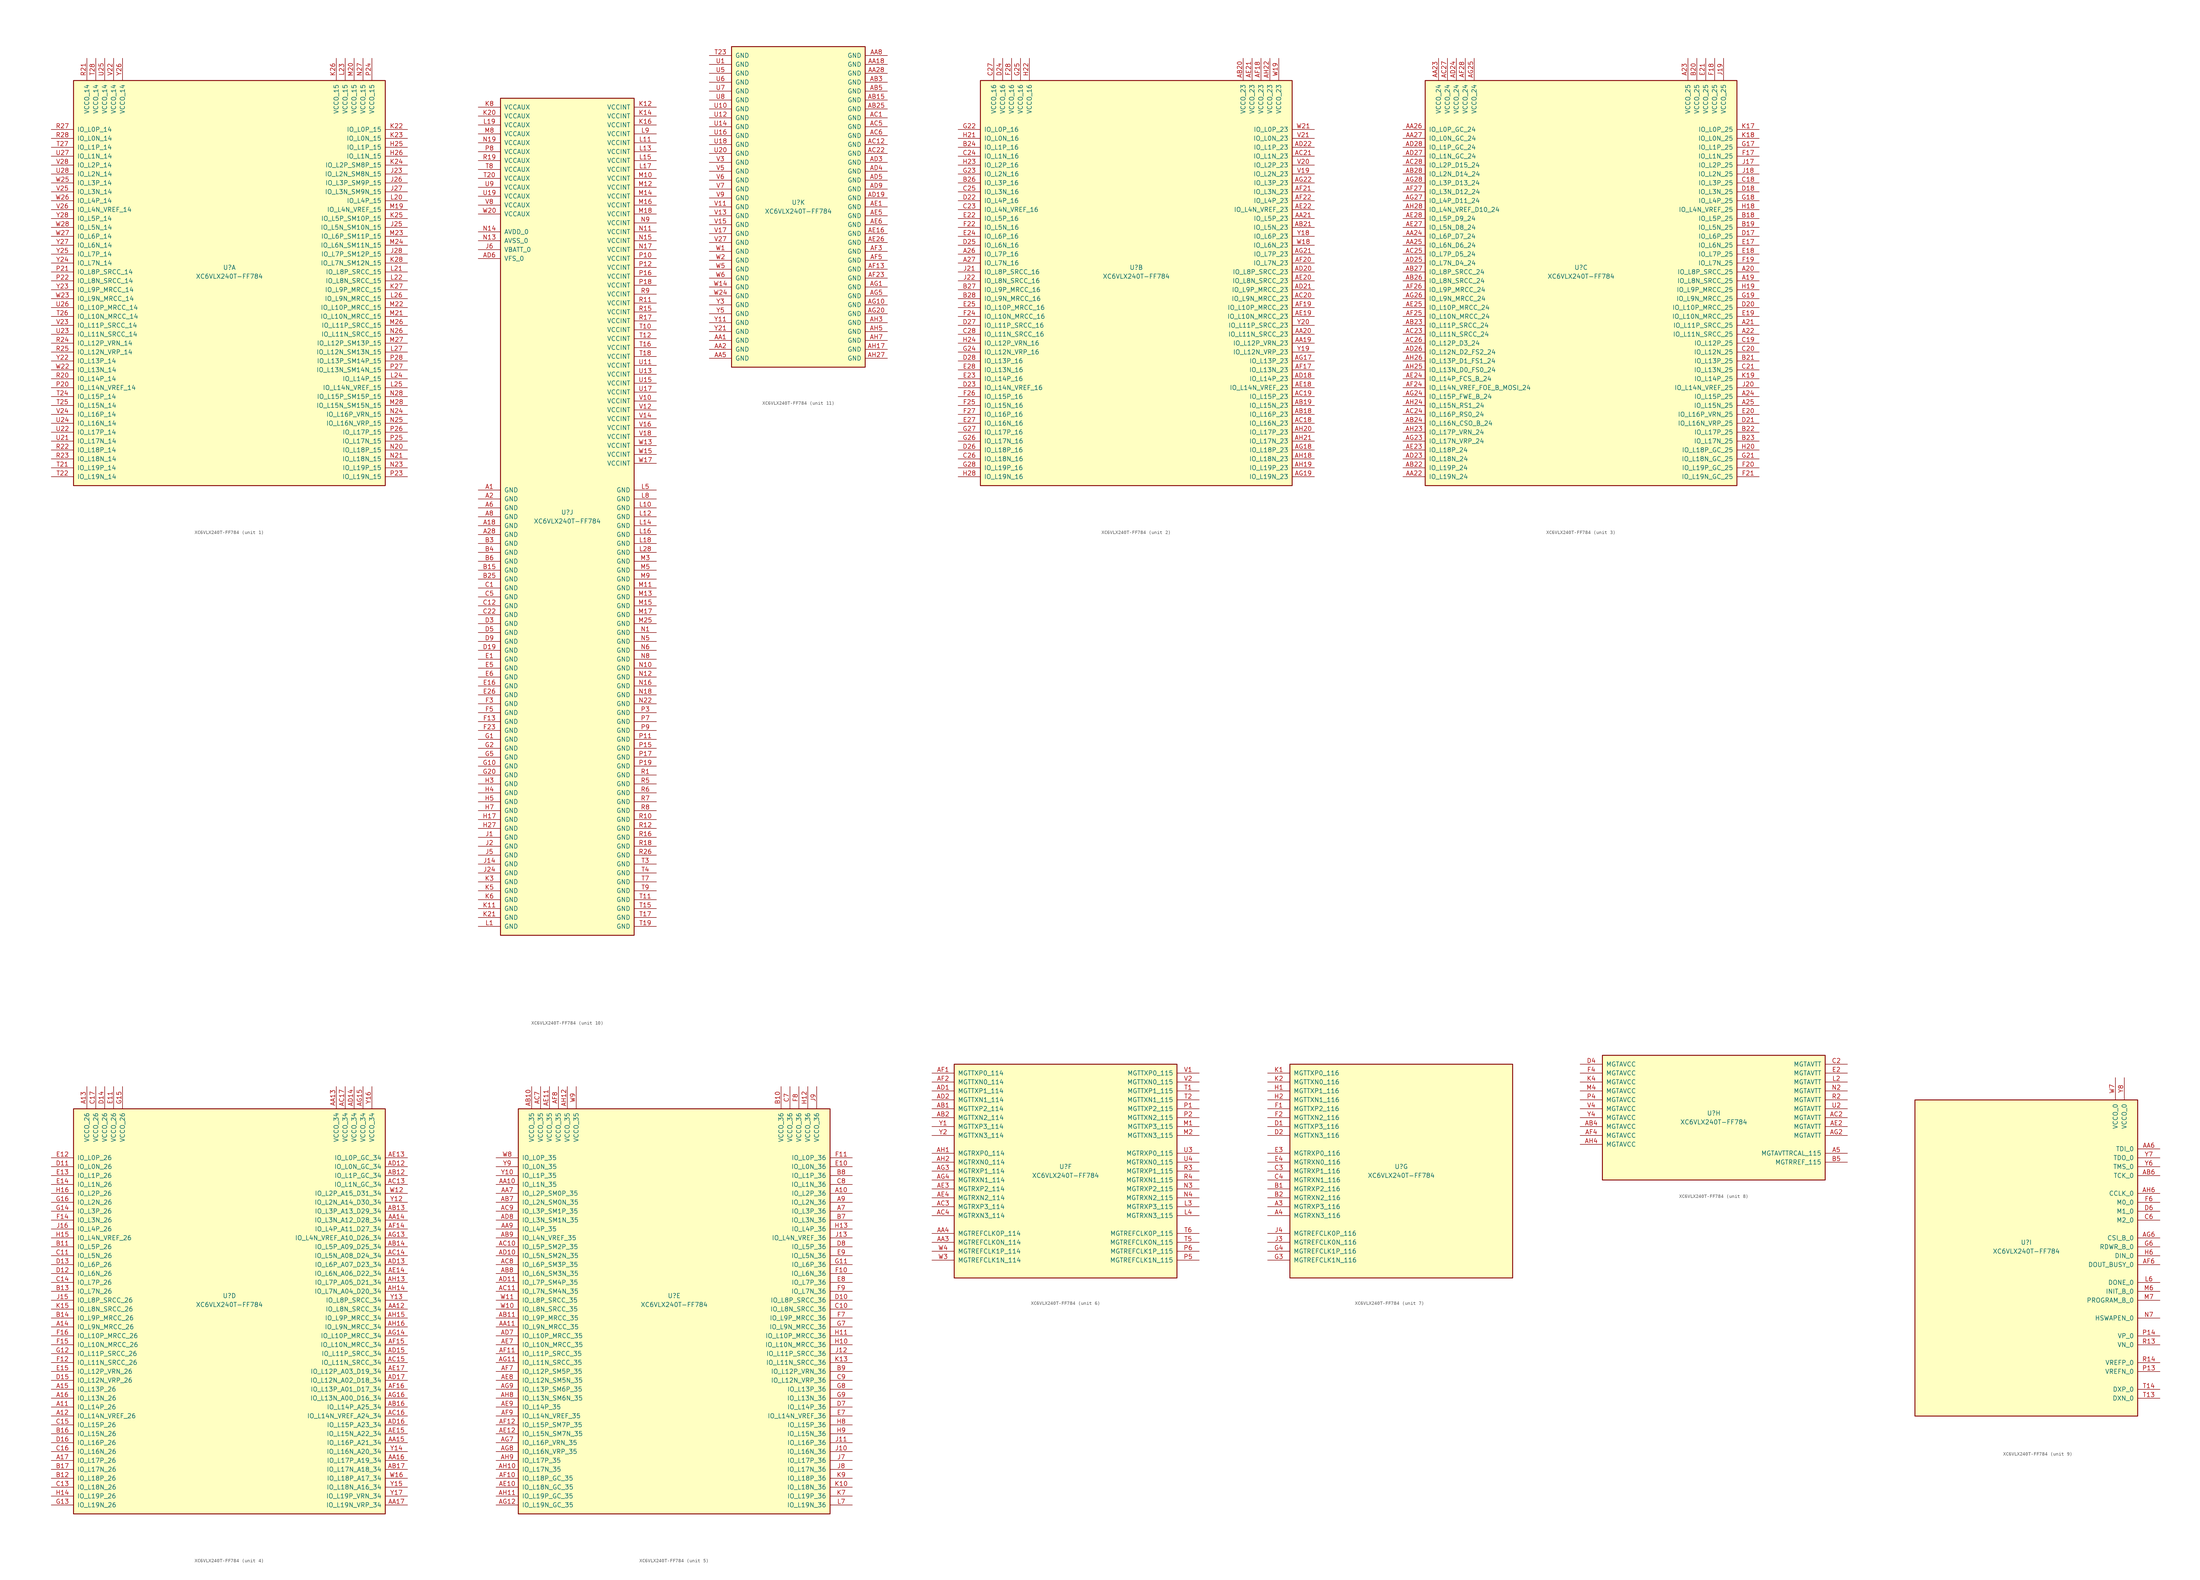
<source format=kicad_sym>
(kicad_symbol_lib
  (version 20211014)
  (generator kicad_symbol_editor)
  (symbol "XC6VLX240T-FF784"
    (pin_names
      (offset 1.016))
    (property "Reference" "U"
      (at 0 1.27 0)
      (effects (font (size 1.27 1.27))))
    (property "Value" "XC6VLX240T-FF784"
      (at 0 -1.27 0)
      (effects (font (size 1.27 1.27))))
    (property "Datasheet" ""
      (at 0 0 0)
      (effects (font (size 1.27 1.27))))
    (property "ki_locked" ""
      (at 0 0 0)
      (effects (font (size 1.27 1.27))))
    (symbol "XC6VLX240T-FF784_1_1"
      (rectangle (start -44.45 54.61) (end 44.45 -60.96) (stroke (width 0.254) (type default) (color 0 0 0 0)) (fill (type background)))
      (pin bidirectional line (at 50.8 35.56 180) (length 6.35) (name "IO_L1P_15" (effects (font (size 1.27 1.27)))) (number "H25" (effects (font (size 1.27 1.27)))))
      (pin bidirectional line (at 50.8 33.02 180) (length 6.35) (name "IO_L1N_15" (effects (font (size 1.27 1.27)))) (number "H26" (effects (font (size 1.27 1.27)))))
      (pin bidirectional line (at 50.8 27.94 180) (length 6.35) (name "IO_L2N_SM8N_15" (effects (font (size 1.27 1.27)))) (number "J23" (effects (font (size 1.27 1.27)))))
      (pin bidirectional line (at 50.8 12.7 180) (length 6.35) (name "IO_L5N_SM10N_15" (effects (font (size 1.27 1.27)))) (number "J25" (effects (font (size 1.27 1.27)))))
      (pin bidirectional line (at 50.8 25.4 180) (length 6.35) (name "IO_L3P_SM9P_15" (effects (font (size 1.27 1.27)))) (number "J26" (effects (font (size 1.27 1.27)))))
      (pin bidirectional line (at 50.8 22.86 180) (length 6.35) (name "IO_L3N_SM9N_15" (effects (font (size 1.27 1.27)))) (number "J27" (effects (font (size 1.27 1.27)))))
      (pin bidirectional line (at 50.8 5.08 180) (length 6.35) (name "IO_L7P_SM12P_15" (effects (font (size 1.27 1.27)))) (number "J28" (effects (font (size 1.27 1.27)))))
      (pin bidirectional line (at 50.8 40.64 180) (length 6.35) (name "IO_L0P_15" (effects (font (size 1.27 1.27)))) (number "K22" (effects (font (size 1.27 1.27)))))
      (pin bidirectional line (at 50.8 38.1 180) (length 6.35) (name "IO_L0N_15" (effects (font (size 1.27 1.27)))) (number "K23" (effects (font (size 1.27 1.27)))))
      (pin bidirectional line (at 50.8 30.48 180) (length 6.35) (name "IO_L2P_SM8P_15" (effects (font (size 1.27 1.27)))) (number "K24" (effects (font (size 1.27 1.27)))))
      (pin bidirectional line (at 50.8 15.24 180) (length 6.35) (name "IO_L5P_SM10P_15" (effects (font (size 1.27 1.27)))) (number "K25" (effects (font (size 1.27 1.27)))))
      (pin power_in line (at 30.48 60.96 270) (length 6.35) (name "VCCO_15" (effects (font (size 1.27 1.27)))) (number "K26" (effects (font (size 1.27 1.27)))))
      (pin bidirectional line (at 50.8 -5.08 180) (length 6.35) (name "IO_L9P_MRCC_15" (effects (font (size 1.27 1.27)))) (number "K27" (effects (font (size 1.27 1.27)))))
      (pin bidirectional line (at 50.8 2.54 180) (length 6.35) (name "IO_L7N_SM12N_15" (effects (font (size 1.27 1.27)))) (number "K28" (effects (font (size 1.27 1.27)))))
      (pin bidirectional line (at 50.8 20.32 180) (length 6.35) (name "IO_L4P_15" (effects (font (size 1.27 1.27)))) (number "L20" (effects (font (size 1.27 1.27)))))
      (pin bidirectional line (at 50.8 0 180) (length 6.35) (name "IO_L8P_SRCC_15" (effects (font (size 1.27 1.27)))) (number "L21" (effects (font (size 1.27 1.27)))))
      (pin bidirectional line (at 50.8 -2.54 180) (length 6.35) (name "IO_L8N_SRCC_15" (effects (font (size 1.27 1.27)))) (number "L22" (effects (font (size 1.27 1.27)))))
      (pin power_in line (at 33.02 60.96 270) (length 6.35) (name "VCCO_15" (effects (font (size 1.27 1.27)))) (number "L23" (effects (font (size 1.27 1.27)))))
      (pin bidirectional line (at 50.8 -30.48 180) (length 6.35) (name "IO_L14P_15" (effects (font (size 1.27 1.27)))) (number "L24" (effects (font (size 1.27 1.27)))))
      (pin bidirectional line (at 50.8 -33.02 180) (length 6.35) (name "IO_L14N_VREF_15" (effects (font (size 1.27 1.27)))) (number "L25" (effects (font (size 1.27 1.27)))))
      (pin bidirectional line (at 50.8 -7.62 180) (length 6.35) (name "IO_L9N_MRCC_15" (effects (font (size 1.27 1.27)))) (number "L26" (effects (font (size 1.27 1.27)))))
      (pin bidirectional line (at 50.8 -22.86 180) (length 6.35) (name "IO_L12N_SM13N_15" (effects (font (size 1.27 1.27)))) (number "L27" (effects (font (size 1.27 1.27)))))
      (pin bidirectional line (at 50.8 17.78 180) (length 6.35) (name "IO_L4N_VREF_15" (effects (font (size 1.27 1.27)))) (number "M19" (effects (font (size 1.27 1.27)))))
      (pin power_in line (at 35.56 60.96 270) (length 6.35) (name "VCCO_15" (effects (font (size 1.27 1.27)))) (number "M20" (effects (font (size 1.27 1.27)))))
      (pin bidirectional line (at 50.8 -12.7 180) (length 6.35) (name "IO_L10N_MRCC_15" (effects (font (size 1.27 1.27)))) (number "M21" (effects (font (size 1.27 1.27)))))
      (pin bidirectional line (at 50.8 -10.16 180) (length 6.35) (name "IO_L10P_MRCC_15" (effects (font (size 1.27 1.27)))) (number "M22" (effects (font (size 1.27 1.27)))))
      (pin bidirectional line (at 50.8 10.16 180) (length 6.35) (name "IO_L6P_SM11P_15" (effects (font (size 1.27 1.27)))) (number "M23" (effects (font (size 1.27 1.27)))))
      (pin bidirectional line (at 50.8 7.62 180) (length 6.35) (name "IO_L6N_SM11N_15" (effects (font (size 1.27 1.27)))) (number "M24" (effects (font (size 1.27 1.27)))))
      (pin bidirectional line (at 50.8 -15.24 180) (length 6.35) (name "IO_L11P_SRCC_15" (effects (font (size 1.27 1.27)))) (number "M26" (effects (font (size 1.27 1.27)))))
      (pin bidirectional line (at 50.8 -20.32 180) (length 6.35) (name "IO_L12P_SM13P_15" (effects (font (size 1.27 1.27)))) (number "M27" (effects (font (size 1.27 1.27)))))
      (pin bidirectional line (at 50.8 -38.1 180) (length 6.35) (name "IO_L15N_SM15N_15" (effects (font (size 1.27 1.27)))) (number "M28" (effects (font (size 1.27 1.27)))))
      (pin bidirectional line (at 50.8 -50.8 180) (length 6.35) (name "IO_L18P_15" (effects (font (size 1.27 1.27)))) (number "N20" (effects (font (size 1.27 1.27)))))
      (pin bidirectional line (at 50.8 -53.34 180) (length 6.35) (name "IO_L18N_15" (effects (font (size 1.27 1.27)))) (number "N21" (effects (font (size 1.27 1.27)))))
      (pin bidirectional line (at 50.8 -55.88 180) (length 6.35) (name "IO_L19P_15" (effects (font (size 1.27 1.27)))) (number "N23" (effects (font (size 1.27 1.27)))))
      (pin bidirectional line (at 50.8 -40.64 180) (length 6.35) (name "IO_L16P_VRN_15" (effects (font (size 1.27 1.27)))) (number "N24" (effects (font (size 1.27 1.27)))))
      (pin bidirectional line (at 50.8 -43.18 180) (length 6.35) (name "IO_L16N_VRP_15" (effects (font (size 1.27 1.27)))) (number "N25" (effects (font (size 1.27 1.27)))))
      (pin bidirectional line (at 50.8 -17.78 180) (length 6.35) (name "IO_L11N_SRCC_15" (effects (font (size 1.27 1.27)))) (number "N26" (effects (font (size 1.27 1.27)))))
      (pin power_in line (at 38.1 60.96 270) (length 6.35) (name "VCCO_15" (effects (font (size 1.27 1.27)))) (number "N27" (effects (font (size 1.27 1.27)))))
      (pin bidirectional line (at 50.8 -35.56 180) (length 6.35) (name "IO_L15P_SM15P_15" (effects (font (size 1.27 1.27)))) (number "N28" (effects (font (size 1.27 1.27)))))
      (pin bidirectional line (at -50.8 -33.02 0) (length 6.35) (name "IO_L14N_VREF_14" (effects (font (size 1.27 1.27)))) (number "P20" (effects (font (size 1.27 1.27)))))
      (pin bidirectional line (at -50.8 0 0) (length 6.35) (name "IO_L8P_SRCC_14" (effects (font (size 1.27 1.27)))) (number "P21" (effects (font (size 1.27 1.27)))))
      (pin bidirectional line (at -50.8 -2.54 0) (length 6.35) (name "IO_L8N_SRCC_14" (effects (font (size 1.27 1.27)))) (number "P22" (effects (font (size 1.27 1.27)))))
      (pin bidirectional line (at 50.8 -58.42 180) (length 6.35) (name "IO_L19N_15" (effects (font (size 1.27 1.27)))) (number "P23" (effects (font (size 1.27 1.27)))))
      (pin power_in line (at 40.64 60.96 270) (length 6.35) (name "VCCO_15" (effects (font (size 1.27 1.27)))) (number "P24" (effects (font (size 1.27 1.27)))))
      (pin bidirectional line (at 50.8 -48.26 180) (length 6.35) (name "IO_L17N_15" (effects (font (size 1.27 1.27)))) (number "P25" (effects (font (size 1.27 1.27)))))
      (pin bidirectional line (at 50.8 -45.72 180) (length 6.35) (name "IO_L17P_15" (effects (font (size 1.27 1.27)))) (number "P26" (effects (font (size 1.27 1.27)))))
      (pin bidirectional line (at 50.8 -27.94 180) (length 6.35) (name "IO_L13N_SM14N_15" (effects (font (size 1.27 1.27)))) (number "P27" (effects (font (size 1.27 1.27)))))
      (pin bidirectional line (at 50.8 -25.4 180) (length 6.35) (name "IO_L13P_SM14P_15" (effects (font (size 1.27 1.27)))) (number "P28" (effects (font (size 1.27 1.27)))))
      (pin bidirectional line (at -50.8 -30.48 0) (length 6.35) (name "IO_L14P_14" (effects (font (size 1.27 1.27)))) (number "R20" (effects (font (size 1.27 1.27)))))
      (pin power_in line (at -40.64 60.96 270) (length 6.35) (name "VCCO_14" (effects (font (size 1.27 1.27)))) (number "R21" (effects (font (size 1.27 1.27)))))
      (pin bidirectional line (at -50.8 -50.8 0) (length 6.35) (name "IO_L18P_14" (effects (font (size 1.27 1.27)))) (number "R22" (effects (font (size 1.27 1.27)))))
      (pin bidirectional line (at -50.8 -53.34 0) (length 6.35) (name "IO_L18N_14" (effects (font (size 1.27 1.27)))) (number "R23" (effects (font (size 1.27 1.27)))))
      (pin bidirectional line (at -50.8 -20.32 0) (length 6.35) (name "IO_L12P_VRN_14" (effects (font (size 1.27 1.27)))) (number "R24" (effects (font (size 1.27 1.27)))))
      (pin bidirectional line (at -50.8 -22.86 0) (length 6.35) (name "IO_L12N_VRP_14" (effects (font (size 1.27 1.27)))) (number "R25" (effects (font (size 1.27 1.27)))))
      (pin bidirectional line (at -50.8 40.64 0) (length 6.35) (name "IO_L0P_14" (effects (font (size 1.27 1.27)))) (number "R27" (effects (font (size 1.27 1.27)))))
      (pin bidirectional line (at -50.8 38.1 0) (length 6.35) (name "IO_L0N_14" (effects (font (size 1.27 1.27)))) (number "R28" (effects (font (size 1.27 1.27)))))
      (pin bidirectional line (at -50.8 -55.88 0) (length 6.35) (name "IO_L19P_14" (effects (font (size 1.27 1.27)))) (number "T21" (effects (font (size 1.27 1.27)))))
      (pin bidirectional line (at -50.8 -58.42 0) (length 6.35) (name "IO_L19N_14" (effects (font (size 1.27 1.27)))) (number "T22" (effects (font (size 1.27 1.27)))))
      (pin bidirectional line (at -50.8 -35.56 0) (length 6.35) (name "IO_L15P_14" (effects (font (size 1.27 1.27)))) (number "T24" (effects (font (size 1.27 1.27)))))
      (pin bidirectional line (at -50.8 -38.1 0) (length 6.35) (name "IO_L15N_14" (effects (font (size 1.27 1.27)))) (number "T25" (effects (font (size 1.27 1.27)))))
      (pin bidirectional line (at -50.8 -12.7 0) (length 6.35) (name "IO_L10N_MRCC_14" (effects (font (size 1.27 1.27)))) (number "T26" (effects (font (size 1.27 1.27)))))
      (pin bidirectional line (at -50.8 35.56 0) (length 6.35) (name "IO_L1P_14" (effects (font (size 1.27 1.27)))) (number "T27" (effects (font (size 1.27 1.27)))))
      (pin power_in line (at -38.1 60.96 270) (length 6.35) (name "VCCO_14" (effects (font (size 1.27 1.27)))) (number "T28" (effects (font (size 1.27 1.27)))))
      (pin bidirectional line (at -50.8 -48.26 0) (length 6.35) (name "IO_L17N_14" (effects (font (size 1.27 1.27)))) (number "U21" (effects (font (size 1.27 1.27)))))
      (pin bidirectional line (at -50.8 -45.72 0) (length 6.35) (name "IO_L17P_14" (effects (font (size 1.27 1.27)))) (number "U22" (effects (font (size 1.27 1.27)))))
      (pin bidirectional line (at -50.8 -17.78 0) (length 6.35) (name "IO_L11N_SRCC_14" (effects (font (size 1.27 1.27)))) (number "U23" (effects (font (size 1.27 1.27)))))
      (pin bidirectional line (at -50.8 -43.18 0) (length 6.35) (name "IO_L16N_14" (effects (font (size 1.27 1.27)))) (number "U24" (effects (font (size 1.27 1.27)))))
      (pin power_in line (at -35.56 60.96 270) (length 6.35) (name "VCCO_14" (effects (font (size 1.27 1.27)))) (number "U25" (effects (font (size 1.27 1.27)))))
      (pin bidirectional line (at -50.8 -10.16 0) (length 6.35) (name "IO_L10P_MRCC_14" (effects (font (size 1.27 1.27)))) (number "U26" (effects (font (size 1.27 1.27)))))
      (pin bidirectional line (at -50.8 33.02 0) (length 6.35) (name "IO_L1N_14" (effects (font (size 1.27 1.27)))) (number "U27" (effects (font (size 1.27 1.27)))))
      (pin bidirectional line (at -50.8 27.94 0) (length 6.35) (name "IO_L2N_14" (effects (font (size 1.27 1.27)))) (number "U28" (effects (font (size 1.27 1.27)))))
      (pin power_in line (at -33.02 60.96 270) (length 6.35) (name "VCCO_14" (effects (font (size 1.27 1.27)))) (number "V22" (effects (font (size 1.27 1.27)))))
      (pin bidirectional line (at -50.8 -15.24 0) (length 6.35) (name "IO_L11P_SRCC_14" (effects (font (size 1.27 1.27)))) (number "V23" (effects (font (size 1.27 1.27)))))
      (pin bidirectional line (at -50.8 -40.64 0) (length 6.35) (name "IO_L16P_14" (effects (font (size 1.27 1.27)))) (number "V24" (effects (font (size 1.27 1.27)))))
      (pin bidirectional line (at -50.8 22.86 0) (length 6.35) (name "IO_L3N_14" (effects (font (size 1.27 1.27)))) (number "V25" (effects (font (size 1.27 1.27)))))
      (pin bidirectional line (at -50.8 17.78 0) (length 6.35) (name "IO_L4N_VREF_14" (effects (font (size 1.27 1.27)))) (number "V26" (effects (font (size 1.27 1.27)))))
      (pin bidirectional line (at -50.8 30.48 0) (length 6.35) (name "IO_L2P_14" (effects (font (size 1.27 1.27)))) (number "V28" (effects (font (size 1.27 1.27)))))
      (pin bidirectional line (at -50.8 -27.94 0) (length 6.35) (name "IO_L13N_14" (effects (font (size 1.27 1.27)))) (number "W22" (effects (font (size 1.27 1.27)))))
      (pin bidirectional line (at -50.8 -7.62 0) (length 6.35) (name "IO_L9N_MRCC_14" (effects (font (size 1.27 1.27)))) (number "W23" (effects (font (size 1.27 1.27)))))
      (pin bidirectional line (at -50.8 25.4 0) (length 6.35) (name "IO_L3P_14" (effects (font (size 1.27 1.27)))) (number "W25" (effects (font (size 1.27 1.27)))))
      (pin bidirectional line (at -50.8 20.32 0) (length 6.35) (name "IO_L4P_14" (effects (font (size 1.27 1.27)))) (number "W26" (effects (font (size 1.27 1.27)))))
      (pin bidirectional line (at -50.8 10.16 0) (length 6.35) (name "IO_L6P_14" (effects (font (size 1.27 1.27)))) (number "W27" (effects (font (size 1.27 1.27)))))
      (pin bidirectional line (at -50.8 12.7 0) (length 6.35) (name "IO_L5N_14" (effects (font (size 1.27 1.27)))) (number "W28" (effects (font (size 1.27 1.27)))))
      (pin bidirectional line (at -50.8 -25.4 0) (length 6.35) (name "IO_L13P_14" (effects (font (size 1.27 1.27)))) (number "Y22" (effects (font (size 1.27 1.27)))))
      (pin bidirectional line (at -50.8 -5.08 0) (length 6.35) (name "IO_L9P_MRCC_14" (effects (font (size 1.27 1.27)))) (number "Y23" (effects (font (size 1.27 1.27)))))
      (pin bidirectional line (at -50.8 2.54 0) (length 6.35) (name "IO_L7N_14" (effects (font (size 1.27 1.27)))) (number "Y24" (effects (font (size 1.27 1.27)))))
      (pin bidirectional line (at -50.8 5.08 0) (length 6.35) (name "IO_L7P_14" (effects (font (size 1.27 1.27)))) (number "Y25" (effects (font (size 1.27 1.27)))))
      (pin power_in line (at -30.48 60.96 270) (length 6.35) (name "VCCO_14" (effects (font (size 1.27 1.27)))) (number "Y26" (effects (font (size 1.27 1.27)))))
      (pin bidirectional line (at -50.8 7.62 0) (length 6.35) (name "IO_L6N_14" (effects (font (size 1.27 1.27)))) (number "Y27" (effects (font (size 1.27 1.27)))))
      (pin bidirectional line (at -50.8 15.24 0) (length 6.35) (name "IO_L5P_14" (effects (font (size 1.27 1.27)))) (number "Y28" (effects (font (size 1.27 1.27))))))
    (symbol "XC6VLX240T-FF784_2_1"
      (rectangle (start -44.45 54.61) (end 44.45 -60.96) (stroke (width 0.254) (type default) (color 0 0 0 0)) (fill (type background)))
      (pin bidirectional line (at -50.8 5.08 0) (length 6.35) (name "IO_L7P_16" (effects (font (size 1.27 1.27)))) (number "A26" (effects (font (size 1.27 1.27)))))
      (pin bidirectional line (at -50.8 2.54 0) (length 6.35) (name "IO_L7N_16" (effects (font (size 1.27 1.27)))) (number "A27" (effects (font (size 1.27 1.27)))))
      (pin bidirectional line (at 50.8 -20.32 180) (length 6.35) (name "IO_L12P_VRN_23" (effects (font (size 1.27 1.27)))) (number "AA19" (effects (font (size 1.27 1.27)))))
      (pin bidirectional line (at 50.8 -17.78 180) (length 6.35) (name "IO_L11N_SRCC_23" (effects (font (size 1.27 1.27)))) (number "AA20" (effects (font (size 1.27 1.27)))))
      (pin bidirectional line (at 50.8 15.24 180) (length 6.35) (name "IO_L5P_23" (effects (font (size 1.27 1.27)))) (number "AA21" (effects (font (size 1.27 1.27)))))
      (pin bidirectional line (at 50.8 -40.64 180) (length 6.35) (name "IO_L16P_23" (effects (font (size 1.27 1.27)))) (number "AB18" (effects (font (size 1.27 1.27)))))
      (pin bidirectional line (at 50.8 -38.1 180) (length 6.35) (name "IO_L15N_23" (effects (font (size 1.27 1.27)))) (number "AB19" (effects (font (size 1.27 1.27)))))
      (pin power_in line (at 30.48 60.96 270) (length 6.35) (name "VCCO_23" (effects (font (size 1.27 1.27)))) (number "AB20" (effects (font (size 1.27 1.27)))))
      (pin bidirectional line (at 50.8 12.7 180) (length 6.35) (name "IO_L5N_23" (effects (font (size 1.27 1.27)))) (number "AB21" (effects (font (size 1.27 1.27)))))
      (pin bidirectional line (at 50.8 -43.18 180) (length 6.35) (name "IO_L16N_23" (effects (font (size 1.27 1.27)))) (number "AC18" (effects (font (size 1.27 1.27)))))
      (pin bidirectional line (at 50.8 -35.56 180) (length 6.35) (name "IO_L15P_23" (effects (font (size 1.27 1.27)))) (number "AC19" (effects (font (size 1.27 1.27)))))
      (pin bidirectional line (at 50.8 -7.62 180) (length 6.35) (name "IO_L9N_MRCC_23" (effects (font (size 1.27 1.27)))) (number "AC20" (effects (font (size 1.27 1.27)))))
      (pin bidirectional line (at 50.8 33.02 180) (length 6.35) (name "IO_L1N_23" (effects (font (size 1.27 1.27)))) (number "AC21" (effects (font (size 1.27 1.27)))))
      (pin bidirectional line (at 50.8 -30.48 180) (length 6.35) (name "IO_L14P_23" (effects (font (size 1.27 1.27)))) (number "AD18" (effects (font (size 1.27 1.27)))))
      (pin bidirectional line (at 50.8 0 180) (length 6.35) (name "IO_L8P_SRCC_23" (effects (font (size 1.27 1.27)))) (number "AD20" (effects (font (size 1.27 1.27)))))
      (pin bidirectional line (at 50.8 -5.08 180) (length 6.35) (name "IO_L9P_MRCC_23" (effects (font (size 1.27 1.27)))) (number "AD21" (effects (font (size 1.27 1.27)))))
      (pin bidirectional line (at 50.8 35.56 180) (length 6.35) (name "IO_L1P_23" (effects (font (size 1.27 1.27)))) (number "AD22" (effects (font (size 1.27 1.27)))))
      (pin bidirectional line (at 50.8 -33.02 180) (length 6.35) (name "IO_L14N_VREF_23" (effects (font (size 1.27 1.27)))) (number "AE18" (effects (font (size 1.27 1.27)))))
      (pin bidirectional line (at 50.8 -12.7 180) (length 6.35) (name "IO_L10N_MRCC_23" (effects (font (size 1.27 1.27)))) (number "AE19" (effects (font (size 1.27 1.27)))))
      (pin bidirectional line (at 50.8 -2.54 180) (length 6.35) (name "IO_L8N_SRCC_23" (effects (font (size 1.27 1.27)))) (number "AE20" (effects (font (size 1.27 1.27)))))
      (pin power_in line (at 33.02 60.96 270) (length 6.35) (name "VCCO_23" (effects (font (size 1.27 1.27)))) (number "AE21" (effects (font (size 1.27 1.27)))))
      (pin bidirectional line (at 50.8 17.78 180) (length 6.35) (name "IO_L4N_VREF_23" (effects (font (size 1.27 1.27)))) (number "AE22" (effects (font (size 1.27 1.27)))))
      (pin bidirectional line (at 50.8 -27.94 180) (length 6.35) (name "IO_L13N_23" (effects (font (size 1.27 1.27)))) (number "AF17" (effects (font (size 1.27 1.27)))))
      (pin power_in line (at 35.56 60.96 270) (length 6.35) (name "VCCO_23" (effects (font (size 1.27 1.27)))) (number "AF18" (effects (font (size 1.27 1.27)))))
      (pin bidirectional line (at 50.8 -10.16 180) (length 6.35) (name "IO_L10P_MRCC_23" (effects (font (size 1.27 1.27)))) (number "AF19" (effects (font (size 1.27 1.27)))))
      (pin bidirectional line (at 50.8 2.54 180) (length 6.35) (name "IO_L7N_23" (effects (font (size 1.27 1.27)))) (number "AF20" (effects (font (size 1.27 1.27)))))
      (pin bidirectional line (at 50.8 22.86 180) (length 6.35) (name "IO_L3N_23" (effects (font (size 1.27 1.27)))) (number "AF21" (effects (font (size 1.27 1.27)))))
      (pin bidirectional line (at 50.8 20.32 180) (length 6.35) (name "IO_L4P_23" (effects (font (size 1.27 1.27)))) (number "AF22" (effects (font (size 1.27 1.27)))))
      (pin bidirectional line (at 50.8 -25.4 180) (length 6.35) (name "IO_L13P_23" (effects (font (size 1.27 1.27)))) (number "AG17" (effects (font (size 1.27 1.27)))))
      (pin bidirectional line (at 50.8 -50.8 180) (length 6.35) (name "IO_L18P_23" (effects (font (size 1.27 1.27)))) (number "AG18" (effects (font (size 1.27 1.27)))))
      (pin bidirectional line (at 50.8 -58.42 180) (length 6.35) (name "IO_L19N_23" (effects (font (size 1.27 1.27)))) (number "AG19" (effects (font (size 1.27 1.27)))))
      (pin bidirectional line (at 50.8 5.08 180) (length 6.35) (name "IO_L7P_23" (effects (font (size 1.27 1.27)))) (number "AG21" (effects (font (size 1.27 1.27)))))
      (pin bidirectional line (at 50.8 25.4 180) (length 6.35) (name "IO_L3P_23" (effects (font (size 1.27 1.27)))) (number "AG22" (effects (font (size 1.27 1.27)))))
      (pin bidirectional line (at 50.8 -53.34 180) (length 6.35) (name "IO_L18N_23" (effects (font (size 1.27 1.27)))) (number "AH18" (effects (font (size 1.27 1.27)))))
      (pin bidirectional line (at 50.8 -55.88 180) (length 6.35) (name "IO_L19P_23" (effects (font (size 1.27 1.27)))) (number "AH19" (effects (font (size 1.27 1.27)))))
      (pin bidirectional line (at 50.8 -45.72 180) (length 6.35) (name "IO_L17P_23" (effects (font (size 1.27 1.27)))) (number "AH20" (effects (font (size 1.27 1.27)))))
      (pin bidirectional line (at 50.8 -48.26 180) (length 6.35) (name "IO_L17N_23" (effects (font (size 1.27 1.27)))) (number "AH21" (effects (font (size 1.27 1.27)))))
      (pin power_in line (at 38.1 60.96 270) (length 6.35) (name "VCCO_23" (effects (font (size 1.27 1.27)))) (number "AH22" (effects (font (size 1.27 1.27)))))
      (pin bidirectional line (at -50.8 35.56 0) (length 6.35) (name "IO_L1P_16" (effects (font (size 1.27 1.27)))) (number "B24" (effects (font (size 1.27 1.27)))))
      (pin bidirectional line (at -50.8 25.4 0) (length 6.35) (name "IO_L3P_16" (effects (font (size 1.27 1.27)))) (number "B26" (effects (font (size 1.27 1.27)))))
      (pin bidirectional line (at -50.8 -5.08 0) (length 6.35) (name "IO_L9P_MRCC_16" (effects (font (size 1.27 1.27)))) (number "B27" (effects (font (size 1.27 1.27)))))
      (pin bidirectional line (at -50.8 -7.62 0) (length 6.35) (name "IO_L9N_MRCC_16" (effects (font (size 1.27 1.27)))) (number "B28" (effects (font (size 1.27 1.27)))))
      (pin bidirectional line (at -50.8 17.78 0) (length 6.35) (name "IO_L4N_VREF_16" (effects (font (size 1.27 1.27)))) (number "C23" (effects (font (size 1.27 1.27)))))
      (pin bidirectional line (at -50.8 33.02 0) (length 6.35) (name "IO_L1N_16" (effects (font (size 1.27 1.27)))) (number "C24" (effects (font (size 1.27 1.27)))))
      (pin bidirectional line (at -50.8 22.86 0) (length 6.35) (name "IO_L3N_16" (effects (font (size 1.27 1.27)))) (number "C25" (effects (font (size 1.27 1.27)))))
      (pin bidirectional line (at -50.8 -53.34 0) (length 6.35) (name "IO_L18N_16" (effects (font (size 1.27 1.27)))) (number "C26" (effects (font (size 1.27 1.27)))))
      (pin power_in line (at -40.64 60.96 270) (length 6.35) (name "VCCO_16" (effects (font (size 1.27 1.27)))) (number "C27" (effects (font (size 1.27 1.27)))))
      (pin bidirectional line (at -50.8 -17.78 0) (length 6.35) (name "IO_L11N_SRCC_16" (effects (font (size 1.27 1.27)))) (number "C28" (effects (font (size 1.27 1.27)))))
      (pin bidirectional line (at -50.8 20.32 0) (length 6.35) (name "IO_L4P_16" (effects (font (size 1.27 1.27)))) (number "D22" (effects (font (size 1.27 1.27)))))
      (pin bidirectional line (at -50.8 -33.02 0) (length 6.35) (name "IO_L14N_VREF_16" (effects (font (size 1.27 1.27)))) (number "D23" (effects (font (size 1.27 1.27)))))
      (pin power_in line (at -38.1 60.96 270) (length 6.35) (name "VCCO_16" (effects (font (size 1.27 1.27)))) (number "D24" (effects (font (size 1.27 1.27)))))
      (pin bidirectional line (at -50.8 7.62 0) (length 6.35) (name "IO_L6N_16" (effects (font (size 1.27 1.27)))) (number "D25" (effects (font (size 1.27 1.27)))))
      (pin bidirectional line (at -50.8 -50.8 0) (length 6.35) (name "IO_L18P_16" (effects (font (size 1.27 1.27)))) (number "D26" (effects (font (size 1.27 1.27)))))
      (pin bidirectional line (at -50.8 -15.24 0) (length 6.35) (name "IO_L11P_SRCC_16" (effects (font (size 1.27 1.27)))) (number "D27" (effects (font (size 1.27 1.27)))))
      (pin bidirectional line (at -50.8 -25.4 0) (length 6.35) (name "IO_L13P_16" (effects (font (size 1.27 1.27)))) (number "D28" (effects (font (size 1.27 1.27)))))
      (pin bidirectional line (at -50.8 15.24 0) (length 6.35) (name "IO_L5P_16" (effects (font (size 1.27 1.27)))) (number "E22" (effects (font (size 1.27 1.27)))))
      (pin bidirectional line (at -50.8 -30.48 0) (length 6.35) (name "IO_L14P_16" (effects (font (size 1.27 1.27)))) (number "E23" (effects (font (size 1.27 1.27)))))
      (pin bidirectional line (at -50.8 10.16 0) (length 6.35) (name "IO_L6P_16" (effects (font (size 1.27 1.27)))) (number "E24" (effects (font (size 1.27 1.27)))))
      (pin bidirectional line (at -50.8 -10.16 0) (length 6.35) (name "IO_L10P_MRCC_16" (effects (font (size 1.27 1.27)))) (number "E25" (effects (font (size 1.27 1.27)))))
      (pin bidirectional line (at -50.8 -43.18 0) (length 6.35) (name "IO_L16N_16" (effects (font (size 1.27 1.27)))) (number "E27" (effects (font (size 1.27 1.27)))))
      (pin bidirectional line (at -50.8 -27.94 0) (length 6.35) (name "IO_L13N_16" (effects (font (size 1.27 1.27)))) (number "E28" (effects (font (size 1.27 1.27)))))
      (pin bidirectional line (at -50.8 12.7 0) (length 6.35) (name "IO_L5N_16" (effects (font (size 1.27 1.27)))) (number "F22" (effects (font (size 1.27 1.27)))))
      (pin bidirectional line (at -50.8 -12.7 0) (length 6.35) (name "IO_L10N_MRCC_16" (effects (font (size 1.27 1.27)))) (number "F24" (effects (font (size 1.27 1.27)))))
      (pin bidirectional line (at -50.8 -38.1 0) (length 6.35) (name "IO_L15N_16" (effects (font (size 1.27 1.27)))) (number "F25" (effects (font (size 1.27 1.27)))))
      (pin bidirectional line (at -50.8 -35.56 0) (length 6.35) (name "IO_L15P_16" (effects (font (size 1.27 1.27)))) (number "F26" (effects (font (size 1.27 1.27)))))
      (pin bidirectional line (at -50.8 -40.64 0) (length 6.35) (name "IO_L16P_16" (effects (font (size 1.27 1.27)))) (number "F27" (effects (font (size 1.27 1.27)))))
      (pin power_in line (at -35.56 60.96 270) (length 6.35) (name "VCCO_16" (effects (font (size 1.27 1.27)))) (number "F28" (effects (font (size 1.27 1.27)))))
      (pin bidirectional line (at -50.8 40.64 0) (length 6.35) (name "IO_L0P_16" (effects (font (size 1.27 1.27)))) (number "G22" (effects (font (size 1.27 1.27)))))
      (pin bidirectional line (at -50.8 27.94 0) (length 6.35) (name "IO_L2N_16" (effects (font (size 1.27 1.27)))) (number "G23" (effects (font (size 1.27 1.27)))))
      (pin bidirectional line (at -50.8 -22.86 0) (length 6.35) (name "IO_L12N_VRP_16" (effects (font (size 1.27 1.27)))) (number "G24" (effects (font (size 1.27 1.27)))))
      (pin power_in line (at -33.02 60.96 270) (length 6.35) (name "VCCO_16" (effects (font (size 1.27 1.27)))) (number "G25" (effects (font (size 1.27 1.27)))))
      (pin bidirectional line (at -50.8 -48.26 0) (length 6.35) (name "IO_L17N_16" (effects (font (size 1.27 1.27)))) (number "G26" (effects (font (size 1.27 1.27)))))
      (pin bidirectional line (at -50.8 -45.72 0) (length 6.35) (name "IO_L17P_16" (effects (font (size 1.27 1.27)))) (number "G27" (effects (font (size 1.27 1.27)))))
      (pin bidirectional line (at -50.8 -55.88 0) (length 6.35) (name "IO_L19P_16" (effects (font (size 1.27 1.27)))) (number "G28" (effects (font (size 1.27 1.27)))))
      (pin bidirectional line (at -50.8 38.1 0) (length 6.35) (name "IO_L0N_16" (effects (font (size 1.27 1.27)))) (number "H21" (effects (font (size 1.27 1.27)))))
      (pin power_in line (at -30.48 60.96 270) (length 6.35) (name "VCCO_16" (effects (font (size 1.27 1.27)))) (number "H22" (effects (font (size 1.27 1.27)))))
      (pin bidirectional line (at -50.8 30.48 0) (length 6.35) (name "IO_L2P_16" (effects (font (size 1.27 1.27)))) (number "H23" (effects (font (size 1.27 1.27)))))
      (pin bidirectional line (at -50.8 -20.32 0) (length 6.35) (name "IO_L12P_VRN_16" (effects (font (size 1.27 1.27)))) (number "H24" (effects (font (size 1.27 1.27)))))
      (pin bidirectional line (at -50.8 -58.42 0) (length 6.35) (name "IO_L19N_16" (effects (font (size 1.27 1.27)))) (number "H28" (effects (font (size 1.27 1.27)))))
      (pin bidirectional line (at -50.8 0 0) (length 6.35) (name "IO_L8P_SRCC_16" (effects (font (size 1.27 1.27)))) (number "J21" (effects (font (size 1.27 1.27)))))
      (pin bidirectional line (at -50.8 -2.54 0) (length 6.35) (name "IO_L8N_SRCC_16" (effects (font (size 1.27 1.27)))) (number "J22" (effects (font (size 1.27 1.27)))))
      (pin bidirectional line (at 50.8 27.94 180) (length 6.35) (name "IO_L2N_23" (effects (font (size 1.27 1.27)))) (number "V19" (effects (font (size 1.27 1.27)))))
      (pin bidirectional line (at 50.8 30.48 180) (length 6.35) (name "IO_L2P_23" (effects (font (size 1.27 1.27)))) (number "V20" (effects (font (size 1.27 1.27)))))
      (pin bidirectional line (at 50.8 38.1 180) (length 6.35) (name "IO_L0N_23" (effects (font (size 1.27 1.27)))) (number "V21" (effects (font (size 1.27 1.27)))))
      (pin bidirectional line (at 50.8 7.62 180) (length 6.35) (name "IO_L6N_23" (effects (font (size 1.27 1.27)))) (number "W18" (effects (font (size 1.27 1.27)))))
      (pin power_in line (at 40.64 60.96 270) (length 6.35) (name "VCCO_23" (effects (font (size 1.27 1.27)))) (number "W19" (effects (font (size 1.27 1.27)))))
      (pin bidirectional line (at 50.8 40.64 180) (length 6.35) (name "IO_L0P_23" (effects (font (size 1.27 1.27)))) (number "W21" (effects (font (size 1.27 1.27)))))
      (pin bidirectional line (at 50.8 10.16 180) (length 6.35) (name "IO_L6P_23" (effects (font (size 1.27 1.27)))) (number "Y18" (effects (font (size 1.27 1.27)))))
      (pin bidirectional line (at 50.8 -22.86 180) (length 6.35) (name "IO_L12N_VRP_23" (effects (font (size 1.27 1.27)))) (number "Y19" (effects (font (size 1.27 1.27)))))
      (pin bidirectional line (at 50.8 -15.24 180) (length 6.35) (name "IO_L11P_SRCC_23" (effects (font (size 1.27 1.27)))) (number "Y20" (effects (font (size 1.27 1.27))))))
    (symbol "XC6VLX240T-FF784_3_1"
      (rectangle (start -44.45 54.61) (end 44.45 -60.96) (stroke (width 0.254) (type default) (color 0 0 0 0)) (fill (type background)))
      (pin bidirectional line (at 50.8 -2.54 180) (length 6.35) (name "IO_L8N_SRCC_25" (effects (font (size 1.27 1.27)))) (number "A19" (effects (font (size 1.27 1.27)))))
      (pin bidirectional line (at 50.8 0 180) (length 6.35) (name "IO_L8P_SRCC_25" (effects (font (size 1.27 1.27)))) (number "A20" (effects (font (size 1.27 1.27)))))
      (pin bidirectional line (at 50.8 -15.24 180) (length 6.35) (name "IO_L11P_SRCC_25" (effects (font (size 1.27 1.27)))) (number "A21" (effects (font (size 1.27 1.27)))))
      (pin bidirectional line (at 50.8 -17.78 180) (length 6.35) (name "IO_L11N_SRCC_25" (effects (font (size 1.27 1.27)))) (number "A22" (effects (font (size 1.27 1.27)))))
      (pin power_in line (at 30.48 60.96 270) (length 6.35) (name "VCCO_25" (effects (font (size 1.27 1.27)))) (number "A23" (effects (font (size 1.27 1.27)))))
      (pin bidirectional line (at 50.8 -35.56 180) (length 6.35) (name "IO_L15P_25" (effects (font (size 1.27 1.27)))) (number "A24" (effects (font (size 1.27 1.27)))))
      (pin bidirectional line (at 50.8 -38.1 180) (length 6.35) (name "IO_L15N_25" (effects (font (size 1.27 1.27)))) (number "A25" (effects (font (size 1.27 1.27)))))
      (pin bidirectional line (at -50.8 -58.42 0) (length 6.35) (name "IO_L19N_24" (effects (font (size 1.27 1.27)))) (number "AA22" (effects (font (size 1.27 1.27)))))
      (pin power_in line (at -40.64 60.96 270) (length 6.35) (name "VCCO_24" (effects (font (size 1.27 1.27)))) (number "AA23" (effects (font (size 1.27 1.27)))))
      (pin bidirectional line (at -50.8 10.16 0) (length 6.35) (name "IO_L6P_D7_24" (effects (font (size 1.27 1.27)))) (number "AA24" (effects (font (size 1.27 1.27)))))
      (pin bidirectional line (at -50.8 7.62 0) (length 6.35) (name "IO_L6N_D6_24" (effects (font (size 1.27 1.27)))) (number "AA25" (effects (font (size 1.27 1.27)))))
      (pin bidirectional line (at -50.8 40.64 0) (length 6.35) (name "IO_L0P_GC_24" (effects (font (size 1.27 1.27)))) (number "AA26" (effects (font (size 1.27 1.27)))))
      (pin bidirectional line (at -50.8 38.1 0) (length 6.35) (name "IO_L0N_GC_24" (effects (font (size 1.27 1.27)))) (number "AA27" (effects (font (size 1.27 1.27)))))
      (pin bidirectional line (at -50.8 -55.88 0) (length 6.35) (name "IO_L19P_24" (effects (font (size 1.27 1.27)))) (number "AB22" (effects (font (size 1.27 1.27)))))
      (pin bidirectional line (at -50.8 -15.24 0) (length 6.35) (name "IO_L11P_SRCC_24" (effects (font (size 1.27 1.27)))) (number "AB23" (effects (font (size 1.27 1.27)))))
      (pin bidirectional line (at -50.8 -43.18 0) (length 6.35) (name "IO_L16N_CSO_B_24" (effects (font (size 1.27 1.27)))) (number "AB24" (effects (font (size 1.27 1.27)))))
      (pin bidirectional line (at -50.8 -2.54 0) (length 6.35) (name "IO_L8N_SRCC_24" (effects (font (size 1.27 1.27)))) (number "AB26" (effects (font (size 1.27 1.27)))))
      (pin bidirectional line (at -50.8 0 0) (length 6.35) (name "IO_L8P_SRCC_24" (effects (font (size 1.27 1.27)))) (number "AB27" (effects (font (size 1.27 1.27)))))
      (pin bidirectional line (at -50.8 27.94 0) (length 6.35) (name "IO_L2N_D14_24" (effects (font (size 1.27 1.27)))) (number "AB28" (effects (font (size 1.27 1.27)))))
      (pin bidirectional line (at -50.8 -17.78 0) (length 6.35) (name "IO_L11N_SRCC_24" (effects (font (size 1.27 1.27)))) (number "AC23" (effects (font (size 1.27 1.27)))))
      (pin bidirectional line (at -50.8 -40.64 0) (length 6.35) (name "IO_L16P_RS0_24" (effects (font (size 1.27 1.27)))) (number "AC24" (effects (font (size 1.27 1.27)))))
      (pin bidirectional line (at -50.8 5.08 0) (length 6.35) (name "IO_L7P_D5_24" (effects (font (size 1.27 1.27)))) (number "AC25" (effects (font (size 1.27 1.27)))))
      (pin bidirectional line (at -50.8 -20.32 0) (length 6.35) (name "IO_L12P_D3_24" (effects (font (size 1.27 1.27)))) (number "AC26" (effects (font (size 1.27 1.27)))))
      (pin power_in line (at -38.1 60.96 270) (length 6.35) (name "VCCO_24" (effects (font (size 1.27 1.27)))) (number "AC27" (effects (font (size 1.27 1.27)))))
      (pin bidirectional line (at -50.8 30.48 0) (length 6.35) (name "IO_L2P_D15_24" (effects (font (size 1.27 1.27)))) (number "AC28" (effects (font (size 1.27 1.27)))))
      (pin bidirectional line (at -50.8 -53.34 0) (length 6.35) (name "IO_L18N_24" (effects (font (size 1.27 1.27)))) (number "AD23" (effects (font (size 1.27 1.27)))))
      (pin power_in line (at -35.56 60.96 270) (length 6.35) (name "VCCO_24" (effects (font (size 1.27 1.27)))) (number "AD24" (effects (font (size 1.27 1.27)))))
      (pin bidirectional line (at -50.8 2.54 0) (length 6.35) (name "IO_L7N_D4_24" (effects (font (size 1.27 1.27)))) (number "AD25" (effects (font (size 1.27 1.27)))))
      (pin bidirectional line (at -50.8 -22.86 0) (length 6.35) (name "IO_L12N_D2_FS2_24" (effects (font (size 1.27 1.27)))) (number "AD26" (effects (font (size 1.27 1.27)))))
      (pin bidirectional line (at -50.8 33.02 0) (length 6.35) (name "IO_L1N_GC_24" (effects (font (size 1.27 1.27)))) (number "AD27" (effects (font (size 1.27 1.27)))))
      (pin bidirectional line (at -50.8 35.56 0) (length 6.35) (name "IO_L1P_GC_24" (effects (font (size 1.27 1.27)))) (number "AD28" (effects (font (size 1.27 1.27)))))
      (pin bidirectional line (at -50.8 -50.8 0) (length 6.35) (name "IO_L18P_24" (effects (font (size 1.27 1.27)))) (number "AE23" (effects (font (size 1.27 1.27)))))
      (pin bidirectional line (at -50.8 -30.48 0) (length 6.35) (name "IO_L14P_FCS_B_24" (effects (font (size 1.27 1.27)))) (number "AE24" (effects (font (size 1.27 1.27)))))
      (pin bidirectional line (at -50.8 -10.16 0) (length 6.35) (name "IO_L10P_MRCC_24" (effects (font (size 1.27 1.27)))) (number "AE25" (effects (font (size 1.27 1.27)))))
      (pin bidirectional line (at -50.8 12.7 0) (length 6.35) (name "IO_L5N_D8_24" (effects (font (size 1.27 1.27)))) (number "AE27" (effects (font (size 1.27 1.27)))))
      (pin bidirectional line (at -50.8 15.24 0) (length 6.35) (name "IO_L5P_D9_24" (effects (font (size 1.27 1.27)))) (number "AE28" (effects (font (size 1.27 1.27)))))
      (pin bidirectional line (at -50.8 -33.02 0) (length 6.35) (name "IO_L14N_VREF_FOE_B_MOSI_24" (effects (font (size 1.27 1.27)))) (number "AF24" (effects (font (size 1.27 1.27)))))
      (pin bidirectional line (at -50.8 -12.7 0) (length 6.35) (name "IO_L10N_MRCC_24" (effects (font (size 1.27 1.27)))) (number "AF25" (effects (font (size 1.27 1.27)))))
      (pin bidirectional line (at -50.8 -5.08 0) (length 6.35) (name "IO_L9P_MRCC_24" (effects (font (size 1.27 1.27)))) (number "AF26" (effects (font (size 1.27 1.27)))))
      (pin bidirectional line (at -50.8 22.86 0) (length 6.35) (name "IO_L3N_D12_24" (effects (font (size 1.27 1.27)))) (number "AF27" (effects (font (size 1.27 1.27)))))
      (pin power_in line (at -33.02 60.96 270) (length 6.35) (name "VCCO_24" (effects (font (size 1.27 1.27)))) (number "AF28" (effects (font (size 1.27 1.27)))))
      (pin bidirectional line (at -50.8 -48.26 0) (length 6.35) (name "IO_L17N_VRP_24" (effects (font (size 1.27 1.27)))) (number "AG23" (effects (font (size 1.27 1.27)))))
      (pin bidirectional line (at -50.8 -35.56 0) (length 6.35) (name "IO_L15P_FWE_B_24" (effects (font (size 1.27 1.27)))) (number "AG24" (effects (font (size 1.27 1.27)))))
      (pin power_in line (at -30.48 60.96 270) (length 6.35) (name "VCCO_24" (effects (font (size 1.27 1.27)))) (number "AG25" (effects (font (size 1.27 1.27)))))
      (pin bidirectional line (at -50.8 -7.62 0) (length 6.35) (name "IO_L9N_MRCC_24" (effects (font (size 1.27 1.27)))) (number "AG26" (effects (font (size 1.27 1.27)))))
      (pin bidirectional line (at -50.8 20.32 0) (length 6.35) (name "IO_L4P_D11_24" (effects (font (size 1.27 1.27)))) (number "AG27" (effects (font (size 1.27 1.27)))))
      (pin bidirectional line (at -50.8 25.4 0) (length 6.35) (name "IO_L3P_D13_24" (effects (font (size 1.27 1.27)))) (number "AG28" (effects (font (size 1.27 1.27)))))
      (pin bidirectional line (at -50.8 -45.72 0) (length 6.35) (name "IO_L17P_VRN_24" (effects (font (size 1.27 1.27)))) (number "AH23" (effects (font (size 1.27 1.27)))))
      (pin bidirectional line (at -50.8 -38.1 0) (length 6.35) (name "IO_L15N_RS1_24" (effects (font (size 1.27 1.27)))) (number "AH24" (effects (font (size 1.27 1.27)))))
      (pin bidirectional line (at -50.8 -27.94 0) (length 6.35) (name "IO_L13N_D0_FS0_24" (effects (font (size 1.27 1.27)))) (number "AH25" (effects (font (size 1.27 1.27)))))
      (pin bidirectional line (at -50.8 -25.4 0) (length 6.35) (name "IO_L13P_D1_FS1_24" (effects (font (size 1.27 1.27)))) (number "AH26" (effects (font (size 1.27 1.27)))))
      (pin bidirectional line (at -50.8 17.78 0) (length 6.35) (name "IO_L4N_VREF_D10_24" (effects (font (size 1.27 1.27)))) (number "AH28" (effects (font (size 1.27 1.27)))))
      (pin bidirectional line (at 50.8 15.24 180) (length 6.35) (name "IO_L5P_25" (effects (font (size 1.27 1.27)))) (number "B18" (effects (font (size 1.27 1.27)))))
      (pin bidirectional line (at 50.8 12.7 180) (length 6.35) (name "IO_L5N_25" (effects (font (size 1.27 1.27)))) (number "B19" (effects (font (size 1.27 1.27)))))
      (pin power_in line (at 33.02 60.96 270) (length 6.35) (name "VCCO_25" (effects (font (size 1.27 1.27)))) (number "B20" (effects (font (size 1.27 1.27)))))
      (pin bidirectional line (at 50.8 -25.4 180) (length 6.35) (name "IO_L13P_25" (effects (font (size 1.27 1.27)))) (number "B21" (effects (font (size 1.27 1.27)))))
      (pin bidirectional line (at 50.8 -45.72 180) (length 6.35) (name "IO_L17P_25" (effects (font (size 1.27 1.27)))) (number "B22" (effects (font (size 1.27 1.27)))))
      (pin bidirectional line (at 50.8 -48.26 180) (length 6.35) (name "IO_L17N_25" (effects (font (size 1.27 1.27)))) (number "B23" (effects (font (size 1.27 1.27)))))
      (pin bidirectional line (at 50.8 25.4 180) (length 6.35) (name "IO_L3P_25" (effects (font (size 1.27 1.27)))) (number "C18" (effects (font (size 1.27 1.27)))))
      (pin bidirectional line (at 50.8 -20.32 180) (length 6.35) (name "IO_L12P_25" (effects (font (size 1.27 1.27)))) (number "C19" (effects (font (size 1.27 1.27)))))
      (pin bidirectional line (at 50.8 -22.86 180) (length 6.35) (name "IO_L12N_25" (effects (font (size 1.27 1.27)))) (number "C20" (effects (font (size 1.27 1.27)))))
      (pin bidirectional line (at 50.8 -27.94 180) (length 6.35) (name "IO_L13N_25" (effects (font (size 1.27 1.27)))) (number "C21" (effects (font (size 1.27 1.27)))))
      (pin bidirectional line (at 50.8 10.16 180) (length 6.35) (name "IO_L6P_25" (effects (font (size 1.27 1.27)))) (number "D17" (effects (font (size 1.27 1.27)))))
      (pin bidirectional line (at 50.8 22.86 180) (length 6.35) (name "IO_L3N_25" (effects (font (size 1.27 1.27)))) (number "D18" (effects (font (size 1.27 1.27)))))
      (pin bidirectional line (at 50.8 -10.16 180) (length 6.35) (name "IO_L10P_MRCC_25" (effects (font (size 1.27 1.27)))) (number "D20" (effects (font (size 1.27 1.27)))))
      (pin bidirectional line (at 50.8 -43.18 180) (length 6.35) (name "IO_L16N_VRP_25" (effects (font (size 1.27 1.27)))) (number "D21" (effects (font (size 1.27 1.27)))))
      (pin bidirectional line (at 50.8 7.62 180) (length 6.35) (name "IO_L6N_25" (effects (font (size 1.27 1.27)))) (number "E17" (effects (font (size 1.27 1.27)))))
      (pin bidirectional line (at 50.8 5.08 180) (length 6.35) (name "IO_L7P_25" (effects (font (size 1.27 1.27)))) (number "E18" (effects (font (size 1.27 1.27)))))
      (pin bidirectional line (at 50.8 -12.7 180) (length 6.35) (name "IO_L10N_MRCC_25" (effects (font (size 1.27 1.27)))) (number "E19" (effects (font (size 1.27 1.27)))))
      (pin bidirectional line (at 50.8 -40.64 180) (length 6.35) (name "IO_L16P_VRN_25" (effects (font (size 1.27 1.27)))) (number "E20" (effects (font (size 1.27 1.27)))))
      (pin power_in line (at 35.56 60.96 270) (length 6.35) (name "VCCO_25" (effects (font (size 1.27 1.27)))) (number "E21" (effects (font (size 1.27 1.27)))))
      (pin bidirectional line (at 50.8 33.02 180) (length 6.35) (name "IO_L1N_25" (effects (font (size 1.27 1.27)))) (number "F17" (effects (font (size 1.27 1.27)))))
      (pin power_in line (at 38.1 60.96 270) (length 6.35) (name "VCCO_25" (effects (font (size 1.27 1.27)))) (number "F18" (effects (font (size 1.27 1.27)))))
      (pin bidirectional line (at 50.8 2.54 180) (length 6.35) (name "IO_L7N_25" (effects (font (size 1.27 1.27)))) (number "F19" (effects (font (size 1.27 1.27)))))
      (pin bidirectional line (at 50.8 -55.88 180) (length 6.35) (name "IO_L19P_GC_25" (effects (font (size 1.27 1.27)))) (number "F20" (effects (font (size 1.27 1.27)))))
      (pin bidirectional line (at 50.8 -58.42 180) (length 6.35) (name "IO_L19N_GC_25" (effects (font (size 1.27 1.27)))) (number "F21" (effects (font (size 1.27 1.27)))))
      (pin bidirectional line (at 50.8 35.56 180) (length 6.35) (name "IO_L1P_25" (effects (font (size 1.27 1.27)))) (number "G17" (effects (font (size 1.27 1.27)))))
      (pin bidirectional line (at 50.8 20.32 180) (length 6.35) (name "IO_L4P_25" (effects (font (size 1.27 1.27)))) (number "G18" (effects (font (size 1.27 1.27)))))
      (pin bidirectional line (at 50.8 -7.62 180) (length 6.35) (name "IO_L9N_MRCC_25" (effects (font (size 1.27 1.27)))) (number "G19" (effects (font (size 1.27 1.27)))))
      (pin bidirectional line (at 50.8 -53.34 180) (length 6.35) (name "IO_L18N_GC_25" (effects (font (size 1.27 1.27)))) (number "G21" (effects (font (size 1.27 1.27)))))
      (pin bidirectional line (at 50.8 17.78 180) (length 6.35) (name "IO_L4N_VREF_25" (effects (font (size 1.27 1.27)))) (number "H18" (effects (font (size 1.27 1.27)))))
      (pin bidirectional line (at 50.8 -5.08 180) (length 6.35) (name "IO_L9P_MRCC_25" (effects (font (size 1.27 1.27)))) (number "H19" (effects (font (size 1.27 1.27)))))
      (pin bidirectional line (at 50.8 -50.8 180) (length 6.35) (name "IO_L18P_GC_25" (effects (font (size 1.27 1.27)))) (number "H20" (effects (font (size 1.27 1.27)))))
      (pin bidirectional line (at 50.8 30.48 180) (length 6.35) (name "IO_L2P_25" (effects (font (size 1.27 1.27)))) (number "J17" (effects (font (size 1.27 1.27)))))
      (pin bidirectional line (at 50.8 27.94 180) (length 6.35) (name "IO_L2N_25" (effects (font (size 1.27 1.27)))) (number "J18" (effects (font (size 1.27 1.27)))))
      (pin power_in line (at 40.64 60.96 270) (length 6.35) (name "VCCO_25" (effects (font (size 1.27 1.27)))) (number "J19" (effects (font (size 1.27 1.27)))))
      (pin bidirectional line (at 50.8 -33.02 180) (length 6.35) (name "IO_L14N_VREF_25" (effects (font (size 1.27 1.27)))) (number "J20" (effects (font (size 1.27 1.27)))))
      (pin bidirectional line (at 50.8 40.64 180) (length 6.35) (name "IO_L0P_25" (effects (font (size 1.27 1.27)))) (number "K17" (effects (font (size 1.27 1.27)))))
      (pin bidirectional line (at 50.8 38.1 180) (length 6.35) (name "IO_L0N_25" (effects (font (size 1.27 1.27)))) (number "K18" (effects (font (size 1.27 1.27)))))
      (pin bidirectional line (at 50.8 -30.48 180) (length 6.35) (name "IO_L14P_25" (effects (font (size 1.27 1.27)))) (number "K19" (effects (font (size 1.27 1.27))))))
    (symbol "XC6VLX240T-FF784_4_1"
      (rectangle (start -44.45 54.61) (end 44.45 -60.96) (stroke (width 0.254) (type default) (color 0 0 0 0)) (fill (type background)))
      (pin bidirectional line (at -50.8 -30.48 0) (length 6.35) (name "IO_L14P_26" (effects (font (size 1.27 1.27)))) (number "A11" (effects (font (size 1.27 1.27)))))
      (pin bidirectional line (at -50.8 -33.02 0) (length 6.35) (name "IO_L14N_VREF_26" (effects (font (size 1.27 1.27)))) (number "A12" (effects (font (size 1.27 1.27)))))
      (pin power_in line (at -40.64 60.96 270) (length 6.35) (name "VCCO_26" (effects (font (size 1.27 1.27)))) (number "A13" (effects (font (size 1.27 1.27)))))
      (pin bidirectional line (at -50.8 -7.62 0) (length 6.35) (name "IO_L9N_MRCC_26" (effects (font (size 1.27 1.27)))) (number "A14" (effects (font (size 1.27 1.27)))))
      (pin bidirectional line (at -50.8 -25.4 0) (length 6.35) (name "IO_L13P_26" (effects (font (size 1.27 1.27)))) (number "A15" (effects (font (size 1.27 1.27)))))
      (pin bidirectional line (at -50.8 -27.94 0) (length 6.35) (name "IO_L13N_26" (effects (font (size 1.27 1.27)))) (number "A16" (effects (font (size 1.27 1.27)))))
      (pin bidirectional line (at -50.8 -45.72 0) (length 6.35) (name "IO_L17P_26" (effects (font (size 1.27 1.27)))) (number "A17" (effects (font (size 1.27 1.27)))))
      (pin bidirectional line (at 50.8 -2.54 180) (length 6.35) (name "IO_L8N_SRCC_34" (effects (font (size 1.27 1.27)))) (number "AA12" (effects (font (size 1.27 1.27)))))
      (pin power_in line (at 30.48 60.96 270) (length 6.35) (name "VCCO_34" (effects (font (size 1.27 1.27)))) (number "AA13" (effects (font (size 1.27 1.27)))))
      (pin bidirectional line (at 50.8 22.86 180) (length 6.35) (name "IO_L3N_A12_D28_34" (effects (font (size 1.27 1.27)))) (number "AA14" (effects (font (size 1.27 1.27)))))
      (pin bidirectional line (at 50.8 -40.64 180) (length 6.35) (name "IO_L16P_A21_34" (effects (font (size 1.27 1.27)))) (number "AA15" (effects (font (size 1.27 1.27)))))
      (pin bidirectional line (at 50.8 -45.72 180) (length 6.35) (name "IO_L17P_A19_34" (effects (font (size 1.27 1.27)))) (number "AA16" (effects (font (size 1.27 1.27)))))
      (pin bidirectional line (at 50.8 -58.42 180) (length 6.35) (name "IO_L19N_VRP_34" (effects (font (size 1.27 1.27)))) (number "AA17" (effects (font (size 1.27 1.27)))))
      (pin bidirectional line (at 50.8 35.56 180) (length 6.35) (name "IO_L1P_GC_34" (effects (font (size 1.27 1.27)))) (number "AB12" (effects (font (size 1.27 1.27)))))
      (pin bidirectional line (at 50.8 25.4 180) (length 6.35) (name "IO_L3P_A13_D29_34" (effects (font (size 1.27 1.27)))) (number "AB13" (effects (font (size 1.27 1.27)))))
      (pin bidirectional line (at 50.8 15.24 180) (length 6.35) (name "IO_L5P_A09_D25_34" (effects (font (size 1.27 1.27)))) (number "AB14" (effects (font (size 1.27 1.27)))))
      (pin bidirectional line (at 50.8 -30.48 180) (length 6.35) (name "IO_L14P_A25_34" (effects (font (size 1.27 1.27)))) (number "AB16" (effects (font (size 1.27 1.27)))))
      (pin bidirectional line (at 50.8 -48.26 180) (length 6.35) (name "IO_L17N_A18_34" (effects (font (size 1.27 1.27)))) (number "AB17" (effects (font (size 1.27 1.27)))))
      (pin bidirectional line (at 50.8 33.02 180) (length 6.35) (name "IO_L1N_GC_34" (effects (font (size 1.27 1.27)))) (number "AC13" (effects (font (size 1.27 1.27)))))
      (pin bidirectional line (at 50.8 12.7 180) (length 6.35) (name "IO_L5N_A08_D24_34" (effects (font (size 1.27 1.27)))) (number "AC14" (effects (font (size 1.27 1.27)))))
      (pin bidirectional line (at 50.8 -17.78 180) (length 6.35) (name "IO_L11N_SRCC_34" (effects (font (size 1.27 1.27)))) (number "AC15" (effects (font (size 1.27 1.27)))))
      (pin bidirectional line (at 50.8 -33.02 180) (length 6.35) (name "IO_L14N_VREF_A24_34" (effects (font (size 1.27 1.27)))) (number "AC16" (effects (font (size 1.27 1.27)))))
      (pin power_in line (at 33.02 60.96 270) (length 6.35) (name "VCCO_34" (effects (font (size 1.27 1.27)))) (number "AC17" (effects (font (size 1.27 1.27)))))
      (pin bidirectional line (at 50.8 38.1 180) (length 6.35) (name "IO_L0N_GC_34" (effects (font (size 1.27 1.27)))) (number "AD12" (effects (font (size 1.27 1.27)))))
      (pin bidirectional line (at 50.8 10.16 180) (length 6.35) (name "IO_L6P_A07_D23_34" (effects (font (size 1.27 1.27)))) (number "AD13" (effects (font (size 1.27 1.27)))))
      (pin power_in line (at 35.56 60.96 270) (length 6.35) (name "VCCO_34" (effects (font (size 1.27 1.27)))) (number "AD14" (effects (font (size 1.27 1.27)))))
      (pin bidirectional line (at 50.8 -15.24 180) (length 6.35) (name "IO_L11P_SRCC_34" (effects (font (size 1.27 1.27)))) (number "AD15" (effects (font (size 1.27 1.27)))))
      (pin bidirectional line (at 50.8 -35.56 180) (length 6.35) (name "IO_L15P_A23_34" (effects (font (size 1.27 1.27)))) (number "AD16" (effects (font (size 1.27 1.27)))))
      (pin bidirectional line (at 50.8 -22.86 180) (length 6.35) (name "IO_L12N_A02_D18_34" (effects (font (size 1.27 1.27)))) (number "AD17" (effects (font (size 1.27 1.27)))))
      (pin bidirectional line (at 50.8 40.64 180) (length 6.35) (name "IO_L0P_GC_34" (effects (font (size 1.27 1.27)))) (number "AE13" (effects (font (size 1.27 1.27)))))
      (pin bidirectional line (at 50.8 7.62 180) (length 6.35) (name "IO_L6N_A06_D22_34" (effects (font (size 1.27 1.27)))) (number "AE14" (effects (font (size 1.27 1.27)))))
      (pin bidirectional line (at 50.8 -38.1 180) (length 6.35) (name "IO_L15N_A22_34" (effects (font (size 1.27 1.27)))) (number "AE15" (effects (font (size 1.27 1.27)))))
      (pin bidirectional line (at 50.8 -20.32 180) (length 6.35) (name "IO_L12P_A03_D19_34" (effects (font (size 1.27 1.27)))) (number "AE17" (effects (font (size 1.27 1.27)))))
      (pin bidirectional line (at 50.8 20.32 180) (length 6.35) (name "IO_L4P_A11_D27_34" (effects (font (size 1.27 1.27)))) (number "AF14" (effects (font (size 1.27 1.27)))))
      (pin bidirectional line (at 50.8 -12.7 180) (length 6.35) (name "IO_L10N_MRCC_34" (effects (font (size 1.27 1.27)))) (number "AF15" (effects (font (size 1.27 1.27)))))
      (pin bidirectional line (at 50.8 -25.4 180) (length 6.35) (name "IO_L13P_A01_D17_34" (effects (font (size 1.27 1.27)))) (number "AF16" (effects (font (size 1.27 1.27)))))
      (pin bidirectional line (at 50.8 17.78 180) (length 6.35) (name "IO_L4N_VREF_A10_D26_34" (effects (font (size 1.27 1.27)))) (number "AG13" (effects (font (size 1.27 1.27)))))
      (pin bidirectional line (at 50.8 -10.16 180) (length 6.35) (name "IO_L10P_MRCC_34" (effects (font (size 1.27 1.27)))) (number "AG14" (effects (font (size 1.27 1.27)))))
      (pin power_in line (at 38.1 60.96 270) (length 6.35) (name "VCCO_34" (effects (font (size 1.27 1.27)))) (number "AG15" (effects (font (size 1.27 1.27)))))
      (pin bidirectional line (at 50.8 -27.94 180) (length 6.35) (name "IO_L13N_A00_D16_34" (effects (font (size 1.27 1.27)))) (number "AG16" (effects (font (size 1.27 1.27)))))
      (pin bidirectional line (at 50.8 5.08 180) (length 6.35) (name "IO_L7P_A05_D21_34" (effects (font (size 1.27 1.27)))) (number "AH13" (effects (font (size 1.27 1.27)))))
      (pin bidirectional line (at 50.8 2.54 180) (length 6.35) (name "IO_L7N_A04_D20_34" (effects (font (size 1.27 1.27)))) (number "AH14" (effects (font (size 1.27 1.27)))))
      (pin bidirectional line (at 50.8 -5.08 180) (length 6.35) (name "IO_L9P_MRCC_34" (effects (font (size 1.27 1.27)))) (number "AH15" (effects (font (size 1.27 1.27)))))
      (pin bidirectional line (at 50.8 -7.62 180) (length 6.35) (name "IO_L9N_MRCC_34" (effects (font (size 1.27 1.27)))) (number "AH16" (effects (font (size 1.27 1.27)))))
      (pin bidirectional line (at -50.8 15.24 0) (length 6.35) (name "IO_L5P_26" (effects (font (size 1.27 1.27)))) (number "B11" (effects (font (size 1.27 1.27)))))
      (pin bidirectional line (at -50.8 -50.8 0) (length 6.35) (name "IO_L18P_26" (effects (font (size 1.27 1.27)))) (number "B12" (effects (font (size 1.27 1.27)))))
      (pin bidirectional line (at -50.8 2.54 0) (length 6.35) (name "IO_L7N_26" (effects (font (size 1.27 1.27)))) (number "B13" (effects (font (size 1.27 1.27)))))
      (pin bidirectional line (at -50.8 -5.08 0) (length 6.35) (name "IO_L9P_MRCC_26" (effects (font (size 1.27 1.27)))) (number "B14" (effects (font (size 1.27 1.27)))))
      (pin bidirectional line (at -50.8 -38.1 0) (length 6.35) (name "IO_L15N_26" (effects (font (size 1.27 1.27)))) (number "B16" (effects (font (size 1.27 1.27)))))
      (pin bidirectional line (at -50.8 -48.26 0) (length 6.35) (name "IO_L17N_26" (effects (font (size 1.27 1.27)))) (number "B17" (effects (font (size 1.27 1.27)))))
      (pin bidirectional line (at -50.8 12.7 0) (length 6.35) (name "IO_L5N_26" (effects (font (size 1.27 1.27)))) (number "C11" (effects (font (size 1.27 1.27)))))
      (pin bidirectional line (at -50.8 -53.34 0) (length 6.35) (name "IO_L18N_26" (effects (font (size 1.27 1.27)))) (number "C13" (effects (font (size 1.27 1.27)))))
      (pin bidirectional line (at -50.8 5.08 0) (length 6.35) (name "IO_L7P_26" (effects (font (size 1.27 1.27)))) (number "C14" (effects (font (size 1.27 1.27)))))
      (pin bidirectional line (at -50.8 -35.56 0) (length 6.35) (name "IO_L15P_26" (effects (font (size 1.27 1.27)))) (number "C15" (effects (font (size 1.27 1.27)))))
      (pin bidirectional line (at -50.8 -43.18 0) (length 6.35) (name "IO_L16N_26" (effects (font (size 1.27 1.27)))) (number "C16" (effects (font (size 1.27 1.27)))))
      (pin power_in line (at -38.1 60.96 270) (length 6.35) (name "VCCO_26" (effects (font (size 1.27 1.27)))) (number "C17" (effects (font (size 1.27 1.27)))))
      (pin bidirectional line (at -50.8 38.1 0) (length 6.35) (name "IO_L0N_26" (effects (font (size 1.27 1.27)))) (number "D11" (effects (font (size 1.27 1.27)))))
      (pin bidirectional line (at -50.8 7.62 0) (length 6.35) (name "IO_L6N_26" (effects (font (size 1.27 1.27)))) (number "D12" (effects (font (size 1.27 1.27)))))
      (pin bidirectional line (at -50.8 10.16 0) (length 6.35) (name "IO_L6P_26" (effects (font (size 1.27 1.27)))) (number "D13" (effects (font (size 1.27 1.27)))))
      (pin power_in line (at -35.56 60.96 270) (length 6.35) (name "VCCO_26" (effects (font (size 1.27 1.27)))) (number "D14" (effects (font (size 1.27 1.27)))))
      (pin bidirectional line (at -50.8 -22.86 0) (length 6.35) (name "IO_L12N_VRP_26" (effects (font (size 1.27 1.27)))) (number "D15" (effects (font (size 1.27 1.27)))))
      (pin bidirectional line (at -50.8 -40.64 0) (length 6.35) (name "IO_L16P_26" (effects (font (size 1.27 1.27)))) (number "D16" (effects (font (size 1.27 1.27)))))
      (pin power_in line (at -33.02 60.96 270) (length 6.35) (name "VCCO_26" (effects (font (size 1.27 1.27)))) (number "E11" (effects (font (size 1.27 1.27)))))
      (pin bidirectional line (at -50.8 40.64 0) (length 6.35) (name "IO_L0P_26" (effects (font (size 1.27 1.27)))) (number "E12" (effects (font (size 1.27 1.27)))))
      (pin bidirectional line (at -50.8 35.56 0) (length 6.35) (name "IO_L1P_26" (effects (font (size 1.27 1.27)))) (number "E13" (effects (font (size 1.27 1.27)))))
      (pin bidirectional line (at -50.8 33.02 0) (length 6.35) (name "IO_L1N_26" (effects (font (size 1.27 1.27)))) (number "E14" (effects (font (size 1.27 1.27)))))
      (pin bidirectional line (at -50.8 -20.32 0) (length 6.35) (name "IO_L12P_VRN_26" (effects (font (size 1.27 1.27)))) (number "E15" (effects (font (size 1.27 1.27)))))
      (pin bidirectional line (at -50.8 -17.78 0) (length 6.35) (name "IO_L11N_SRCC_26" (effects (font (size 1.27 1.27)))) (number "F12" (effects (font (size 1.27 1.27)))))
      (pin bidirectional line (at -50.8 22.86 0) (length 6.35) (name "IO_L3N_26" (effects (font (size 1.27 1.27)))) (number "F14" (effects (font (size 1.27 1.27)))))
      (pin bidirectional line (at -50.8 -12.7 0) (length 6.35) (name "IO_L10N_MRCC_26" (effects (font (size 1.27 1.27)))) (number "F15" (effects (font (size 1.27 1.27)))))
      (pin bidirectional line (at -50.8 -10.16 0) (length 6.35) (name "IO_L10P_MRCC_26" (effects (font (size 1.27 1.27)))) (number "F16" (effects (font (size 1.27 1.27)))))
      (pin bidirectional line (at -50.8 -15.24 0) (length 6.35) (name "IO_L11P_SRCC_26" (effects (font (size 1.27 1.27)))) (number "G12" (effects (font (size 1.27 1.27)))))
      (pin bidirectional line (at -50.8 -58.42 0) (length 6.35) (name "IO_L19N_26" (effects (font (size 1.27 1.27)))) (number "G13" (effects (font (size 1.27 1.27)))))
      (pin bidirectional line (at -50.8 25.4 0) (length 6.35) (name "IO_L3P_26" (effects (font (size 1.27 1.27)))) (number "G14" (effects (font (size 1.27 1.27)))))
      (pin power_in line (at -30.48 60.96 270) (length 6.35) (name "VCCO_26" (effects (font (size 1.27 1.27)))) (number "G15" (effects (font (size 1.27 1.27)))))
      (pin bidirectional line (at -50.8 27.94 0) (length 6.35) (name "IO_L2N_26" (effects (font (size 1.27 1.27)))) (number "G16" (effects (font (size 1.27 1.27)))))
      (pin bidirectional line (at -50.8 -55.88 0) (length 6.35) (name "IO_L19P_26" (effects (font (size 1.27 1.27)))) (number "H14" (effects (font (size 1.27 1.27)))))
      (pin bidirectional line (at -50.8 17.78 0) (length 6.35) (name "IO_L4N_VREF_26" (effects (font (size 1.27 1.27)))) (number "H15" (effects (font (size 1.27 1.27)))))
      (pin bidirectional line (at -50.8 30.48 0) (length 6.35) (name "IO_L2P_26" (effects (font (size 1.27 1.27)))) (number "H16" (effects (font (size 1.27 1.27)))))
      (pin bidirectional line (at -50.8 0 0) (length 6.35) (name "IO_L8P_SRCC_26" (effects (font (size 1.27 1.27)))) (number "J15" (effects (font (size 1.27 1.27)))))
      (pin bidirectional line (at -50.8 20.32 0) (length 6.35) (name "IO_L4P_26" (effects (font (size 1.27 1.27)))) (number "J16" (effects (font (size 1.27 1.27)))))
      (pin bidirectional line (at -50.8 -2.54 0) (length 6.35) (name "IO_L8N_SRCC_26" (effects (font (size 1.27 1.27)))) (number "K15" (effects (font (size 1.27 1.27)))))
      (pin bidirectional line (at 50.8 30.48 180) (length 6.35) (name "IO_L2P_A15_D31_34" (effects (font (size 1.27 1.27)))) (number "W12" (effects (font (size 1.27 1.27)))))
      (pin bidirectional line (at 50.8 -50.8 180) (length 6.35) (name "IO_L18P_A17_34" (effects (font (size 1.27 1.27)))) (number "W16" (effects (font (size 1.27 1.27)))))
      (pin bidirectional line (at 50.8 27.94 180) (length 6.35) (name "IO_L2N_A14_D30_34" (effects (font (size 1.27 1.27)))) (number "Y12" (effects (font (size 1.27 1.27)))))
      (pin bidirectional line (at 50.8 0 180) (length 6.35) (name "IO_L8P_SRCC_34" (effects (font (size 1.27 1.27)))) (number "Y13" (effects (font (size 1.27 1.27)))))
      (pin bidirectional line (at 50.8 -43.18 180) (length 6.35) (name "IO_L16N_A20_34" (effects (font (size 1.27 1.27)))) (number "Y14" (effects (font (size 1.27 1.27)))))
      (pin bidirectional line (at 50.8 -53.34 180) (length 6.35) (name "IO_L18N_A16_34" (effects (font (size 1.27 1.27)))) (number "Y15" (effects (font (size 1.27 1.27)))))
      (pin power_in line (at 40.64 60.96 270) (length 6.35) (name "VCCO_34" (effects (font (size 1.27 1.27)))) (number "Y16" (effects (font (size 1.27 1.27)))))
      (pin bidirectional line (at 50.8 -55.88 180) (length 6.35) (name "IO_L19P_VRN_34" (effects (font (size 1.27 1.27)))) (number "Y17" (effects (font (size 1.27 1.27))))))
    (symbol "XC6VLX240T-FF784_5_1"
      (rectangle (start -44.45 54.61) (end 44.45 -60.96) (stroke (width 0.254) (type default) (color 0 0 0 0)) (fill (type background)))
      (pin bidirectional line (at 50.8 30.48 180) (length 6.35) (name "IO_L2P_36" (effects (font (size 1.27 1.27)))) (number "A10" (effects (font (size 1.27 1.27)))))
      (pin bidirectional line (at 50.8 25.4 180) (length 6.35) (name "IO_L3P_36" (effects (font (size 1.27 1.27)))) (number "A7" (effects (font (size 1.27 1.27)))))
      (pin bidirectional line (at 50.8 27.94 180) (length 6.35) (name "IO_L2N_36" (effects (font (size 1.27 1.27)))) (number "A9" (effects (font (size 1.27 1.27)))))
      (pin bidirectional line (at -50.8 33.02 0) (length 6.35) (name "IO_L1N_35" (effects (font (size 1.27 1.27)))) (number "AA10" (effects (font (size 1.27 1.27)))))
      (pin bidirectional line (at -50.8 -7.62 0) (length 6.35) (name "IO_L9N_MRCC_35" (effects (font (size 1.27 1.27)))) (number "AA11" (effects (font (size 1.27 1.27)))))
      (pin bidirectional line (at -50.8 30.48 0) (length 6.35) (name "IO_L2P_SM0P_35" (effects (font (size 1.27 1.27)))) (number "AA7" (effects (font (size 1.27 1.27)))))
      (pin bidirectional line (at -50.8 20.32 0) (length 6.35) (name "IO_L4P_35" (effects (font (size 1.27 1.27)))) (number "AA9" (effects (font (size 1.27 1.27)))))
      (pin power_in line (at -40.64 60.96 270) (length 6.35) (name "VCCO_35" (effects (font (size 1.27 1.27)))) (number "AB10" (effects (font (size 1.27 1.27)))))
      (pin bidirectional line (at -50.8 -5.08 0) (length 6.35) (name "IO_L9P_MRCC_35" (effects (font (size 1.27 1.27)))) (number "AB11" (effects (font (size 1.27 1.27)))))
      (pin bidirectional line (at -50.8 27.94 0) (length 6.35) (name "IO_L2N_SM0N_35" (effects (font (size 1.27 1.27)))) (number "AB7" (effects (font (size 1.27 1.27)))))
      (pin bidirectional line (at -50.8 7.62 0) (length 6.35) (name "IO_L6N_SM3N_35" (effects (font (size 1.27 1.27)))) (number "AB8" (effects (font (size 1.27 1.27)))))
      (pin bidirectional line (at -50.8 17.78 0) (length 6.35) (name "IO_L4N_VREF_35" (effects (font (size 1.27 1.27)))) (number "AB9" (effects (font (size 1.27 1.27)))))
      (pin bidirectional line (at -50.8 15.24 0) (length 6.35) (name "IO_L5P_SM2P_35" (effects (font (size 1.27 1.27)))) (number "AC10" (effects (font (size 1.27 1.27)))))
      (pin bidirectional line (at -50.8 2.54 0) (length 6.35) (name "IO_L7N_SM4N_35" (effects (font (size 1.27 1.27)))) (number "AC11" (effects (font (size 1.27 1.27)))))
      (pin power_in line (at -38.1 60.96 270) (length 6.35) (name "VCCO_35" (effects (font (size 1.27 1.27)))) (number "AC7" (effects (font (size 1.27 1.27)))))
      (pin bidirectional line (at -50.8 10.16 0) (length 6.35) (name "IO_L6P_SM3P_35" (effects (font (size 1.27 1.27)))) (number "AC8" (effects (font (size 1.27 1.27)))))
      (pin bidirectional line (at -50.8 25.4 0) (length 6.35) (name "IO_L3P_SM1P_35" (effects (font (size 1.27 1.27)))) (number "AC9" (effects (font (size 1.27 1.27)))))
      (pin bidirectional line (at -50.8 12.7 0) (length 6.35) (name "IO_L5N_SM2N_35" (effects (font (size 1.27 1.27)))) (number "AD10" (effects (font (size 1.27 1.27)))))
      (pin bidirectional line (at -50.8 5.08 0) (length 6.35) (name "IO_L7P_SM4P_35" (effects (font (size 1.27 1.27)))) (number "AD11" (effects (font (size 1.27 1.27)))))
      (pin bidirectional line (at -50.8 -10.16 0) (length 6.35) (name "IO_L10P_MRCC_35" (effects (font (size 1.27 1.27)))) (number "AD7" (effects (font (size 1.27 1.27)))))
      (pin bidirectional line (at -50.8 22.86 0) (length 6.35) (name "IO_L3N_SM1N_35" (effects (font (size 1.27 1.27)))) (number "AD8" (effects (font (size 1.27 1.27)))))
      (pin bidirectional line (at -50.8 -53.34 0) (length 6.35) (name "IO_L18N_GC_35" (effects (font (size 1.27 1.27)))) (number "AE10" (effects (font (size 1.27 1.27)))))
      (pin power_in line (at -35.56 60.96 270) (length 6.35) (name "VCCO_35" (effects (font (size 1.27 1.27)))) (number "AE11" (effects (font (size 1.27 1.27)))))
      (pin bidirectional line (at -50.8 -38.1 0) (length 6.35) (name "IO_L15N_SM7N_35" (effects (font (size 1.27 1.27)))) (number "AE12" (effects (font (size 1.27 1.27)))))
      (pin bidirectional line (at -50.8 -12.7 0) (length 6.35) (name "IO_L10N_MRCC_35" (effects (font (size 1.27 1.27)))) (number "AE7" (effects (font (size 1.27 1.27)))))
      (pin bidirectional line (at -50.8 -22.86 0) (length 6.35) (name "IO_L12N_SM5N_35" (effects (font (size 1.27 1.27)))) (number "AE8" (effects (font (size 1.27 1.27)))))
      (pin bidirectional line (at -50.8 -30.48 0) (length 6.35) (name "IO_L14P_35" (effects (font (size 1.27 1.27)))) (number "AE9" (effects (font (size 1.27 1.27)))))
      (pin bidirectional line (at -50.8 -50.8 0) (length 6.35) (name "IO_L18P_GC_35" (effects (font (size 1.27 1.27)))) (number "AF10" (effects (font (size 1.27 1.27)))))
      (pin bidirectional line (at -50.8 -15.24 0) (length 6.35) (name "IO_L11P_SRCC_35" (effects (font (size 1.27 1.27)))) (number "AF11" (effects (font (size 1.27 1.27)))))
      (pin bidirectional line (at -50.8 -35.56 0) (length 6.35) (name "IO_L15P_SM7P_35" (effects (font (size 1.27 1.27)))) (number "AF12" (effects (font (size 1.27 1.27)))))
      (pin bidirectional line (at -50.8 -20.32 0) (length 6.35) (name "IO_L12P_SM5P_35" (effects (font (size 1.27 1.27)))) (number "AF7" (effects (font (size 1.27 1.27)))))
      (pin power_in line (at -33.02 60.96 270) (length 6.35) (name "VCCO_35" (effects (font (size 1.27 1.27)))) (number "AF8" (effects (font (size 1.27 1.27)))))
      (pin bidirectional line (at -50.8 -33.02 0) (length 6.35) (name "IO_L14N_VREF_35" (effects (font (size 1.27 1.27)))) (number "AF9" (effects (font (size 1.27 1.27)))))
      (pin bidirectional line (at -50.8 -17.78 0) (length 6.35) (name "IO_L11N_SRCC_35" (effects (font (size 1.27 1.27)))) (number "AG11" (effects (font (size 1.27 1.27)))))
      (pin bidirectional line (at -50.8 -58.42 0) (length 6.35) (name "IO_L19N_GC_35" (effects (font (size 1.27 1.27)))) (number "AG12" (effects (font (size 1.27 1.27)))))
      (pin bidirectional line (at -50.8 -40.64 0) (length 6.35) (name "IO_L16P_VRN_35" (effects (font (size 1.27 1.27)))) (number "AG7" (effects (font (size 1.27 1.27)))))
      (pin bidirectional line (at -50.8 -43.18 0) (length 6.35) (name "IO_L16N_VRP_35" (effects (font (size 1.27 1.27)))) (number "AG8" (effects (font (size 1.27 1.27)))))
      (pin bidirectional line (at -50.8 -25.4 0) (length 6.35) (name "IO_L13P_SM6P_35" (effects (font (size 1.27 1.27)))) (number "AG9" (effects (font (size 1.27 1.27)))))
      (pin bidirectional line (at -50.8 -48.26 0) (length 6.35) (name "IO_L17N_35" (effects (font (size 1.27 1.27)))) (number "AH10" (effects (font (size 1.27 1.27)))))
      (pin bidirectional line (at -50.8 -55.88 0) (length 6.35) (name "IO_L19P_GC_35" (effects (font (size 1.27 1.27)))) (number "AH11" (effects (font (size 1.27 1.27)))))
      (pin power_in line (at -30.48 60.96 270) (length 6.35) (name "VCCO_35" (effects (font (size 1.27 1.27)))) (number "AH12" (effects (font (size 1.27 1.27)))))
      (pin bidirectional line (at -50.8 -27.94 0) (length 6.35) (name "IO_L13N_SM6N_35" (effects (font (size 1.27 1.27)))) (number "AH8" (effects (font (size 1.27 1.27)))))
      (pin bidirectional line (at -50.8 -45.72 0) (length 6.35) (name "IO_L17P_35" (effects (font (size 1.27 1.27)))) (number "AH9" (effects (font (size 1.27 1.27)))))
      (pin power_in line (at 30.48 60.96 270) (length 6.35) (name "VCCO_36" (effects (font (size 1.27 1.27)))) (number "B10" (effects (font (size 1.27 1.27)))))
      (pin bidirectional line (at 50.8 22.86 180) (length 6.35) (name "IO_L3N_36" (effects (font (size 1.27 1.27)))) (number "B7" (effects (font (size 1.27 1.27)))))
      (pin bidirectional line (at 50.8 35.56 180) (length 6.35) (name "IO_L1P_36" (effects (font (size 1.27 1.27)))) (number "B8" (effects (font (size 1.27 1.27)))))
      (pin bidirectional line (at 50.8 -20.32 180) (length 6.35) (name "IO_L12P_VRN_36" (effects (font (size 1.27 1.27)))) (number "B9" (effects (font (size 1.27 1.27)))))
      (pin bidirectional line (at 50.8 -2.54 180) (length 6.35) (name "IO_L8N_SRCC_36" (effects (font (size 1.27 1.27)))) (number "C10" (effects (font (size 1.27 1.27)))))
      (pin power_in line (at 33.02 60.96 270) (length 6.35) (name "VCCO_36" (effects (font (size 1.27 1.27)))) (number "C7" (effects (font (size 1.27 1.27)))))
      (pin bidirectional line (at 50.8 33.02 180) (length 6.35) (name "IO_L1N_36" (effects (font (size 1.27 1.27)))) (number "C8" (effects (font (size 1.27 1.27)))))
      (pin bidirectional line (at 50.8 -22.86 180) (length 6.35) (name "IO_L12N_VRP_36" (effects (font (size 1.27 1.27)))) (number "C9" (effects (font (size 1.27 1.27)))))
      (pin bidirectional line (at 50.8 0 180) (length 6.35) (name "IO_L8P_SRCC_36" (effects (font (size 1.27 1.27)))) (number "D10" (effects (font (size 1.27 1.27)))))
      (pin bidirectional line (at 50.8 -30.48 180) (length 6.35) (name "IO_L14P_36" (effects (font (size 1.27 1.27)))) (number "D7" (effects (font (size 1.27 1.27)))))
      (pin bidirectional line (at 50.8 15.24 180) (length 6.35) (name "IO_L5P_36" (effects (font (size 1.27 1.27)))) (number "D8" (effects (font (size 1.27 1.27)))))
      (pin bidirectional line (at 50.8 38.1 180) (length 6.35) (name "IO_L0N_36" (effects (font (size 1.27 1.27)))) (number "E10" (effects (font (size 1.27 1.27)))))
      (pin bidirectional line (at 50.8 -33.02 180) (length 6.35) (name "IO_L14N_VREF_36" (effects (font (size 1.27 1.27)))) (number "E7" (effects (font (size 1.27 1.27)))))
      (pin bidirectional line (at 50.8 5.08 180) (length 6.35) (name "IO_L7P_36" (effects (font (size 1.27 1.27)))) (number "E8" (effects (font (size 1.27 1.27)))))
      (pin bidirectional line (at 50.8 12.7 180) (length 6.35) (name "IO_L5N_36" (effects (font (size 1.27 1.27)))) (number "E9" (effects (font (size 1.27 1.27)))))
      (pin bidirectional line (at 50.8 7.62 180) (length 6.35) (name "IO_L6N_36" (effects (font (size 1.27 1.27)))) (number "F10" (effects (font (size 1.27 1.27)))))
      (pin bidirectional line (at 50.8 40.64 180) (length 6.35) (name "IO_L0P_36" (effects (font (size 1.27 1.27)))) (number "F11" (effects (font (size 1.27 1.27)))))
      (pin bidirectional line (at 50.8 -5.08 180) (length 6.35) (name "IO_L9P_MRCC_36" (effects (font (size 1.27 1.27)))) (number "F7" (effects (font (size 1.27 1.27)))))
      (pin power_in line (at 35.56 60.96 270) (length 6.35) (name "VCCO_36" (effects (font (size 1.27 1.27)))) (number "F8" (effects (font (size 1.27 1.27)))))
      (pin bidirectional line (at 50.8 2.54 180) (length 6.35) (name "IO_L7N_36" (effects (font (size 1.27 1.27)))) (number "F9" (effects (font (size 1.27 1.27)))))
      (pin bidirectional line (at 50.8 10.16 180) (length 6.35) (name "IO_L6P_36" (effects (font (size 1.27 1.27)))) (number "G11" (effects (font (size 1.27 1.27)))))
      (pin bidirectional line (at 50.8 -7.62 180) (length 6.35) (name "IO_L9N_MRCC_36" (effects (font (size 1.27 1.27)))) (number "G7" (effects (font (size 1.27 1.27)))))
      (pin bidirectional line (at 50.8 -25.4 180) (length 6.35) (name "IO_L13P_36" (effects (font (size 1.27 1.27)))) (number "G8" (effects (font (size 1.27 1.27)))))
      (pin bidirectional line (at 50.8 -27.94 180) (length 6.35) (name "IO_L13N_36" (effects (font (size 1.27 1.27)))) (number "G9" (effects (font (size 1.27 1.27)))))
      (pin bidirectional line (at 50.8 -12.7 180) (length 6.35) (name "IO_L10N_MRCC_36" (effects (font (size 1.27 1.27)))) (number "H10" (effects (font (size 1.27 1.27)))))
      (pin bidirectional line (at 50.8 -10.16 180) (length 6.35) (name "IO_L10P_MRCC_36" (effects (font (size 1.27 1.27)))) (number "H11" (effects (font (size 1.27 1.27)))))
      (pin power_in line (at 38.1 60.96 270) (length 6.35) (name "VCCO_36" (effects (font (size 1.27 1.27)))) (number "H12" (effects (font (size 1.27 1.27)))))
      (pin bidirectional line (at 50.8 20.32 180) (length 6.35) (name "IO_L4P_36" (effects (font (size 1.27 1.27)))) (number "H13" (effects (font (size 1.27 1.27)))))
      (pin bidirectional line (at 50.8 -35.56 180) (length 6.35) (name "IO_L15P_36" (effects (font (size 1.27 1.27)))) (number "H8" (effects (font (size 1.27 1.27)))))
      (pin bidirectional line (at 50.8 -38.1 180) (length 6.35) (name "IO_L15N_36" (effects (font (size 1.27 1.27)))) (number "H9" (effects (font (size 1.27 1.27)))))
      (pin bidirectional line (at 50.8 -43.18 180) (length 6.35) (name "IO_L16N_36" (effects (font (size 1.27 1.27)))) (number "J10" (effects (font (size 1.27 1.27)))))
      (pin bidirectional line (at 50.8 -40.64 180) (length 6.35) (name "IO_L16P_36" (effects (font (size 1.27 1.27)))) (number "J11" (effects (font (size 1.27 1.27)))))
      (pin bidirectional line (at 50.8 -15.24 180) (length 6.35) (name "IO_L11P_SRCC_36" (effects (font (size 1.27 1.27)))) (number "J12" (effects (font (size 1.27 1.27)))))
      (pin bidirectional line (at 50.8 17.78 180) (length 6.35) (name "IO_L4N_VREF_36" (effects (font (size 1.27 1.27)))) (number "J13" (effects (font (size 1.27 1.27)))))
      (pin bidirectional line (at 50.8 -45.72 180) (length 6.35) (name "IO_L17P_36" (effects (font (size 1.27 1.27)))) (number "J7" (effects (font (size 1.27 1.27)))))
      (pin bidirectional line (at 50.8 -48.26 180) (length 6.35) (name "IO_L17N_36" (effects (font (size 1.27 1.27)))) (number "J8" (effects (font (size 1.27 1.27)))))
      (pin power_in line (at 40.64 60.96 270) (length 6.35) (name "VCCO_36" (effects (font (size 1.27 1.27)))) (number "J9" (effects (font (size 1.27 1.27)))))
      (pin bidirectional line (at 50.8 -53.34 180) (length 6.35) (name "IO_L18N_36" (effects (font (size 1.27 1.27)))) (number "K10" (effects (font (size 1.27 1.27)))))
      (pin bidirectional line (at 50.8 -17.78 180) (length 6.35) (name "IO_L11N_SRCC_36" (effects (font (size 1.27 1.27)))) (number "K13" (effects (font (size 1.27 1.27)))))
      (pin bidirectional line (at 50.8 -55.88 180) (length 6.35) (name "IO_L19P_36" (effects (font (size 1.27 1.27)))) (number "K7" (effects (font (size 1.27 1.27)))))
      (pin bidirectional line (at 50.8 -50.8 180) (length 6.35) (name "IO_L18P_36" (effects (font (size 1.27 1.27)))) (number "K9" (effects (font (size 1.27 1.27)))))
      (pin bidirectional line (at 50.8 -58.42 180) (length 6.35) (name "IO_L19N_36" (effects (font (size 1.27 1.27)))) (number "L7" (effects (font (size 1.27 1.27)))))
      (pin bidirectional line (at -50.8 -2.54 0) (length 6.35) (name "IO_L8N_SRCC_35" (effects (font (size 1.27 1.27)))) (number "W10" (effects (font (size 1.27 1.27)))))
      (pin bidirectional line (at -50.8 0 0) (length 6.35) (name "IO_L8P_SRCC_35" (effects (font (size 1.27 1.27)))) (number "W11" (effects (font (size 1.27 1.27)))))
      (pin bidirectional line (at -50.8 40.64 0) (length 6.35) (name "IO_L0P_35" (effects (font (size 1.27 1.27)))) (number "W8" (effects (font (size 1.27 1.27)))))
      (pin power_in line (at -27.94 60.96 270) (length 6.35) (name "VCCO_35" (effects (font (size 1.27 1.27)))) (number "W9" (effects (font (size 1.27 1.27)))))
      (pin bidirectional line (at -50.8 35.56 0) (length 6.35) (name "IO_L1P_35" (effects (font (size 1.27 1.27)))) (number "Y10" (effects (font (size 1.27 1.27)))))
      (pin bidirectional line (at -50.8 38.1 0) (length 6.35) (name "IO_L0N_35" (effects (font (size 1.27 1.27)))) (number "Y9" (effects (font (size 1.27 1.27))))))
    (symbol "XC6VLX240T-FF784_6_1"
      (rectangle (start -31.75 30.48) (end 31.75 -30.48) (stroke (width 0.254) (type default) (color 0 0 0 0)) (fill (type background)))
      (pin bidirectional line (at -38.1 -20.32 0) (length 6.35) (name "MGTREFCLK0N_114" (effects (font (size 1.27 1.27)))) (number "AA3" (effects (font (size 1.27 1.27)))))
      (pin bidirectional line (at -38.1 -17.78 0) (length 6.35) (name "MGTREFCLK0P_114" (effects (font (size 1.27 1.27)))) (number "AA4" (effects (font (size 1.27 1.27)))))
      (pin bidirectional line (at -38.1 17.78 0) (length 6.35) (name "MGTTXP2_114" (effects (font (size 1.27 1.27)))) (number "AB1" (effects (font (size 1.27 1.27)))))
      (pin bidirectional line (at -38.1 15.24 0) (length 6.35) (name "MGTTXN2_114" (effects (font (size 1.27 1.27)))) (number "AB2" (effects (font (size 1.27 1.27)))))
      (pin bidirectional line (at -38.1 -10.16 0) (length 6.35) (name "MGTRXP3_114" (effects (font (size 1.27 1.27)))) (number "AC3" (effects (font (size 1.27 1.27)))))
      (pin bidirectional line (at -38.1 -12.7 0) (length 6.35) (name "MGTRXN3_114" (effects (font (size 1.27 1.27)))) (number "AC4" (effects (font (size 1.27 1.27)))))
      (pin bidirectional line (at -38.1 22.86 0) (length 6.35) (name "MGTTXP1_114" (effects (font (size 1.27 1.27)))) (number "AD1" (effects (font (size 1.27 1.27)))))
      (pin bidirectional line (at -38.1 20.32 0) (length 6.35) (name "MGTTXN1_114" (effects (font (size 1.27 1.27)))) (number "AD2" (effects (font (size 1.27 1.27)))))
      (pin bidirectional line (at -38.1 -5.08 0) (length 6.35) (name "MGTRXP2_114" (effects (font (size 1.27 1.27)))) (number "AE3" (effects (font (size 1.27 1.27)))))
      (pin bidirectional line (at -38.1 -7.62 0) (length 6.35) (name "MGTRXN2_114" (effects (font (size 1.27 1.27)))) (number "AE4" (effects (font (size 1.27 1.27)))))
      (pin bidirectional line (at -38.1 27.94 0) (length 6.35) (name "MGTTXP0_114" (effects (font (size 1.27 1.27)))) (number "AF1" (effects (font (size 1.27 1.27)))))
      (pin bidirectional line (at -38.1 25.4 0) (length 6.35) (name "MGTTXN0_114" (effects (font (size 1.27 1.27)))) (number "AF2" (effects (font (size 1.27 1.27)))))
      (pin bidirectional line (at -38.1 0 0) (length 6.35) (name "MGTRXP1_114" (effects (font (size 1.27 1.27)))) (number "AG3" (effects (font (size 1.27 1.27)))))
      (pin bidirectional line (at -38.1 -2.54 0) (length 6.35) (name "MGTRXN1_114" (effects (font (size 1.27 1.27)))) (number "AG4" (effects (font (size 1.27 1.27)))))
      (pin bidirectional line (at -38.1 5.08 0) (length 6.35) (name "MGTRXP0_114" (effects (font (size 1.27 1.27)))) (number "AH1" (effects (font (size 1.27 1.27)))))
      (pin bidirectional line (at -38.1 2.54 0) (length 6.35) (name "MGTRXN0_114" (effects (font (size 1.27 1.27)))) (number "AH2" (effects (font (size 1.27 1.27)))))
      (pin bidirectional line (at 38.1 -10.16 180) (length 6.35) (name "MGTRXP3_115" (effects (font (size 1.27 1.27)))) (number "L3" (effects (font (size 1.27 1.27)))))
      (pin bidirectional line (at 38.1 -12.7 180) (length 6.35) (name "MGTRXN3_115" (effects (font (size 1.27 1.27)))) (number "L4" (effects (font (size 1.27 1.27)))))
      (pin bidirectional line (at 38.1 12.7 180) (length 6.35) (name "MGTTXP3_115" (effects (font (size 1.27 1.27)))) (number "M1" (effects (font (size 1.27 1.27)))))
      (pin bidirectional line (at 38.1 10.16 180) (length 6.35) (name "MGTTXN3_115" (effects (font (size 1.27 1.27)))) (number "M2" (effects (font (size 1.27 1.27)))))
      (pin bidirectional line (at 38.1 -5.08 180) (length 6.35) (name "MGTRXP2_115" (effects (font (size 1.27 1.27)))) (number "N3" (effects (font (size 1.27 1.27)))))
      (pin bidirectional line (at 38.1 -7.62 180) (length 6.35) (name "MGTRXN2_115" (effects (font (size 1.27 1.27)))) (number "N4" (effects (font (size 1.27 1.27)))))
      (pin bidirectional line (at 38.1 17.78 180) (length 6.35) (name "MGTTXP2_115" (effects (font (size 1.27 1.27)))) (number "P1" (effects (font (size 1.27 1.27)))))
      (pin bidirectional line (at 38.1 15.24 180) (length 6.35) (name "MGTTXN2_115" (effects (font (size 1.27 1.27)))) (number "P2" (effects (font (size 1.27 1.27)))))
      (pin bidirectional line (at 38.1 -25.4 180) (length 6.35) (name "MGTREFCLK1N_115" (effects (font (size 1.27 1.27)))) (number "P5" (effects (font (size 1.27 1.27)))))
      (pin bidirectional line (at 38.1 -22.86 180) (length 6.35) (name "MGTREFCLK1P_115" (effects (font (size 1.27 1.27)))) (number "P6" (effects (font (size 1.27 1.27)))))
      (pin bidirectional line (at 38.1 0 180) (length 6.35) (name "MGTRXP1_115" (effects (font (size 1.27 1.27)))) (number "R3" (effects (font (size 1.27 1.27)))))
      (pin bidirectional line (at 38.1 -2.54 180) (length 6.35) (name "MGTRXN1_115" (effects (font (size 1.27 1.27)))) (number "R4" (effects (font (size 1.27 1.27)))))
      (pin bidirectional line (at 38.1 22.86 180) (length 6.35) (name "MGTTXP1_115" (effects (font (size 1.27 1.27)))) (number "T1" (effects (font (size 1.27 1.27)))))
      (pin bidirectional line (at 38.1 20.32 180) (length 6.35) (name "MGTTXN1_115" (effects (font (size 1.27 1.27)))) (number "T2" (effects (font (size 1.27 1.27)))))
      (pin bidirectional line (at 38.1 -20.32 180) (length 6.35) (name "MGTREFCLK0N_115" (effects (font (size 1.27 1.27)))) (number "T5" (effects (font (size 1.27 1.27)))))
      (pin bidirectional line (at 38.1 -17.78 180) (length 6.35) (name "MGTREFCLK0P_115" (effects (font (size 1.27 1.27)))) (number "T6" (effects (font (size 1.27 1.27)))))
      (pin bidirectional line (at 38.1 5.08 180) (length 6.35) (name "MGTRXP0_115" (effects (font (size 1.27 1.27)))) (number "U3" (effects (font (size 1.27 1.27)))))
      (pin bidirectional line (at 38.1 2.54 180) (length 6.35) (name "MGTRXN0_115" (effects (font (size 1.27 1.27)))) (number "U4" (effects (font (size 1.27 1.27)))))
      (pin bidirectional line (at 38.1 27.94 180) (length 6.35) (name "MGTTXP0_115" (effects (font (size 1.27 1.27)))) (number "V1" (effects (font (size 1.27 1.27)))))
      (pin bidirectional line (at 38.1 25.4 180) (length 6.35) (name "MGTTXN0_115" (effects (font (size 1.27 1.27)))) (number "V2" (effects (font (size 1.27 1.27)))))
      (pin bidirectional line (at -38.1 -25.4 0) (length 6.35) (name "MGTREFCLK1N_114" (effects (font (size 1.27 1.27)))) (number "W3" (effects (font (size 1.27 1.27)))))
      (pin bidirectional line (at -38.1 -22.86 0) (length 6.35) (name "MGTREFCLK1P_114" (effects (font (size 1.27 1.27)))) (number "W4" (effects (font (size 1.27 1.27)))))
      (pin bidirectional line (at -38.1 12.7 0) (length 6.35) (name "MGTTXP3_114" (effects (font (size 1.27 1.27)))) (number "Y1" (effects (font (size 1.27 1.27)))))
      (pin bidirectional line (at -38.1 10.16 0) (length 6.35) (name "MGTTXN3_114" (effects (font (size 1.27 1.27)))) (number "Y2" (effects (font (size 1.27 1.27))))))
    (symbol "XC6VLX240T-FF784_7_1"
      (rectangle (start -31.75 30.48) (end 31.75 -30.48) (stroke (width 0.254) (type default) (color 0 0 0 0)) (fill (type background)))
      (pin bidirectional line (at -38.1 -10.16 0) (length 6.35) (name "MGTRXP3_116" (effects (font (size 1.27 1.27)))) (number "A3" (effects (font (size 1.27 1.27)))))
      (pin bidirectional line (at -38.1 -12.7 0) (length 6.35) (name "MGTRXN3_116" (effects (font (size 1.27 1.27)))) (number "A4" (effects (font (size 1.27 1.27)))))
      (pin bidirectional line (at -38.1 -5.08 0) (length 6.35) (name "MGTRXP2_116" (effects (font (size 1.27 1.27)))) (number "B1" (effects (font (size 1.27 1.27)))))
      (pin bidirectional line (at -38.1 -7.62 0) (length 6.35) (name "MGTRXN2_116" (effects (font (size 1.27 1.27)))) (number "B2" (effects (font (size 1.27 1.27)))))
      (pin bidirectional line (at -38.1 0 0) (length 6.35) (name "MGTRXP1_116" (effects (font (size 1.27 1.27)))) (number "C3" (effects (font (size 1.27 1.27)))))
      (pin bidirectional line (at -38.1 -2.54 0) (length 6.35) (name "MGTRXN1_116" (effects (font (size 1.27 1.27)))) (number "C4" (effects (font (size 1.27 1.27)))))
      (pin bidirectional line (at -38.1 12.7 0) (length 6.35) (name "MGTTXP3_116" (effects (font (size 1.27 1.27)))) (number "D1" (effects (font (size 1.27 1.27)))))
      (pin bidirectional line (at -38.1 10.16 0) (length 6.35) (name "MGTTXN3_116" (effects (font (size 1.27 1.27)))) (number "D2" (effects (font (size 1.27 1.27)))))
      (pin bidirectional line (at -38.1 5.08 0) (length 6.35) (name "MGTRXP0_116" (effects (font (size 1.27 1.27)))) (number "E3" (effects (font (size 1.27 1.27)))))
      (pin bidirectional line (at -38.1 2.54 0) (length 6.35) (name "MGTRXN0_116" (effects (font (size 1.27 1.27)))) (number "E4" (effects (font (size 1.27 1.27)))))
      (pin bidirectional line (at -38.1 17.78 0) (length 6.35) (name "MGTTXP2_116" (effects (font (size 1.27 1.27)))) (number "F1" (effects (font (size 1.27 1.27)))))
      (pin bidirectional line (at -38.1 15.24 0) (length 6.35) (name "MGTTXN2_116" (effects (font (size 1.27 1.27)))) (number "F2" (effects (font (size 1.27 1.27)))))
      (pin bidirectional line (at -38.1 -25.4 0) (length 6.35) (name "MGTREFCLK1N_116" (effects (font (size 1.27 1.27)))) (number "G3" (effects (font (size 1.27 1.27)))))
      (pin bidirectional line (at -38.1 -22.86 0) (length 6.35) (name "MGTREFCLK1P_116" (effects (font (size 1.27 1.27)))) (number "G4" (effects (font (size 1.27 1.27)))))
      (pin bidirectional line (at -38.1 22.86 0) (length 6.35) (name "MGTTXP1_116" (effects (font (size 1.27 1.27)))) (number "H1" (effects (font (size 1.27 1.27)))))
      (pin bidirectional line (at -38.1 20.32 0) (length 6.35) (name "MGTTXN1_116" (effects (font (size 1.27 1.27)))) (number "H2" (effects (font (size 1.27 1.27)))))
      (pin bidirectional line (at -38.1 -20.32 0) (length 6.35) (name "MGTREFCLK0N_116" (effects (font (size 1.27 1.27)))) (number "J3" (effects (font (size 1.27 1.27)))))
      (pin bidirectional line (at -38.1 -17.78 0) (length 6.35) (name "MGTREFCLK0P_116" (effects (font (size 1.27 1.27)))) (number "J4" (effects (font (size 1.27 1.27)))))
      (pin bidirectional line (at -38.1 27.94 0) (length 6.35) (name "MGTTXP0_116" (effects (font (size 1.27 1.27)))) (number "K1" (effects (font (size 1.27 1.27)))))
      (pin bidirectional line (at -38.1 25.4 0) (length 6.35) (name "MGTTXN0_116" (effects (font (size 1.27 1.27)))) (number "K2" (effects (font (size 1.27 1.27))))))
    (symbol "XC6VLX240T-FF784_8_1"
      (rectangle (start -31.75 17.78) (end 31.75 -17.78) (stroke (width 0.254) (type default) (color 0 0 0 0)) (fill (type background)))
      (pin power_in line (at 38.1 -10.16 180) (length 6.35) (name "MGTAVTTRCAL_115" (effects (font (size 1.27 1.27)))) (number "A5" (effects (font (size 1.27 1.27)))))
      (pin power_in line (at -38.1 -2.54 0) (length 6.35) (name "MGTAVCC" (effects (font (size 1.27 1.27)))) (number "AB4" (effects (font (size 1.27 1.27)))))
      (pin power_in line (at 38.1 0 180) (length 6.35) (name "MGTAVTT" (effects (font (size 1.27 1.27)))) (number "AC2" (effects (font (size 1.27 1.27)))))
      (pin power_in line (at 38.1 -2.54 180) (length 6.35) (name "MGTAVTT" (effects (font (size 1.27 1.27)))) (number "AE2" (effects (font (size 1.27 1.27)))))
      (pin power_in line (at -38.1 -5.08 0) (length 6.35) (name "MGTAVCC" (effects (font (size 1.27 1.27)))) (number "AF4" (effects (font (size 1.27 1.27)))))
      (pin power_in line (at 38.1 -5.08 180) (length 6.35) (name "MGTAVTT" (effects (font (size 1.27 1.27)))) (number "AG2" (effects (font (size 1.27 1.27)))))
      (pin power_in line (at -38.1 -7.62 0) (length 6.35) (name "MGTAVCC" (effects (font (size 1.27 1.27)))) (number "AH4" (effects (font (size 1.27 1.27)))))
      (pin power_in line (at 38.1 -12.7 180) (length 6.35) (name "MGTRREF_115" (effects (font (size 1.27 1.27)))) (number "B5" (effects (font (size 1.27 1.27)))))
      (pin power_in line (at 38.1 15.24 180) (length 6.35) (name "MGTAVTT" (effects (font (size 1.27 1.27)))) (number "C2" (effects (font (size 1.27 1.27)))))
      (pin power_in line (at -38.1 15.24 0) (length 6.35) (name "MGTAVCC" (effects (font (size 1.27 1.27)))) (number "D4" (effects (font (size 1.27 1.27)))))
      (pin power_in line (at 38.1 12.7 180) (length 6.35) (name "MGTAVTT" (effects (font (size 1.27 1.27)))) (number "E2" (effects (font (size 1.27 1.27)))))
      (pin power_in line (at -38.1 12.7 0) (length 6.35) (name "MGTAVCC" (effects (font (size 1.27 1.27)))) (number "F4" (effects (font (size 1.27 1.27)))))
      (pin power_in line (at -38.1 10.16 0) (length 6.35) (name "MGTAVCC" (effects (font (size 1.27 1.27)))) (number "K4" (effects (font (size 1.27 1.27)))))
      (pin power_in line (at 38.1 10.16 180) (length 6.35) (name "MGTAVTT" (effects (font (size 1.27 1.27)))) (number "L2" (effects (font (size 1.27 1.27)))))
      (pin power_in line (at -38.1 7.62 0) (length 6.35) (name "MGTAVCC" (effects (font (size 1.27 1.27)))) (number "M4" (effects (font (size 1.27 1.27)))))
      (pin power_in line (at 38.1 7.62 180) (length 6.35) (name "MGTAVTT" (effects (font (size 1.27 1.27)))) (number "N2" (effects (font (size 1.27 1.27)))))
      (pin power_in line (at -38.1 5.08 0) (length 6.35) (name "MGTAVCC" (effects (font (size 1.27 1.27)))) (number "P4" (effects (font (size 1.27 1.27)))))
      (pin power_in line (at 38.1 5.08 180) (length 6.35) (name "MGTAVTT" (effects (font (size 1.27 1.27)))) (number "R2" (effects (font (size 1.27 1.27)))))
      (pin power_in line (at 38.1 2.54 180) (length 6.35) (name "MGTAVTT" (effects (font (size 1.27 1.27)))) (number "U2" (effects (font (size 1.27 1.27)))))
      (pin power_in line (at -38.1 2.54 0) (length 6.35) (name "MGTAVCC" (effects (font (size 1.27 1.27)))) (number "V4" (effects (font (size 1.27 1.27)))))
      (pin power_in line (at -38.1 0 0) (length 6.35) (name "MGTAVCC" (effects (font (size 1.27 1.27)))) (number "Y4" (effects (font (size 1.27 1.27))))))
    (symbol "XC6VLX240T-FF784_9_1"
      (rectangle (start -31.75 41.91) (end 31.75 -48.26) (stroke (width 0.254) (type default) (color 0 0 0 0)) (fill (type background)))
      (pin bidirectional line (at 38.1 27.94 180) (length 6.35) (name "TDI_0" (effects (font (size 1.27 1.27)))) (number "AA6" (effects (font (size 1.27 1.27)))))
      (pin bidirectional line (at 38.1 20.32 180) (length 6.35) (name "TCK_0" (effects (font (size 1.27 1.27)))) (number "AB6" (effects (font (size 1.27 1.27)))))
      (pin bidirectional line (at 38.1 -5.08 180) (length 6.35) (name "DOUT_BUSY_0" (effects (font (size 1.27 1.27)))) (number "AF6" (effects (font (size 1.27 1.27)))))
      (pin bidirectional line (at 38.1 2.54 180) (length 6.35) (name "CSI_B_0" (effects (font (size 1.27 1.27)))) (number "AG6" (effects (font (size 1.27 1.27)))))
      (pin bidirectional line (at 38.1 15.24 180) (length 6.35) (name "CCLK_0" (effects (font (size 1.27 1.27)))) (number "AH6" (effects (font (size 1.27 1.27)))))
      (pin bidirectional line (at 38.1 7.62 180) (length 6.35) (name "M2_0" (effects (font (size 1.27 1.27)))) (number "C6" (effects (font (size 1.27 1.27)))))
      (pin bidirectional line (at 38.1 10.16 180) (length 6.35) (name "M1_0" (effects (font (size 1.27 1.27)))) (number "D6" (effects (font (size 1.27 1.27)))))
      (pin bidirectional line (at 38.1 12.7 180) (length 6.35) (name "M0_0" (effects (font (size 1.27 1.27)))) (number "F6" (effects (font (size 1.27 1.27)))))
      (pin bidirectional line (at 38.1 0 180) (length 6.35) (name "RDWR_B_0" (effects (font (size 1.27 1.27)))) (number "G6" (effects (font (size 1.27 1.27)))))
      (pin bidirectional line (at 38.1 -2.54 180) (length 6.35) (name "DIN_0" (effects (font (size 1.27 1.27)))) (number "H6" (effects (font (size 1.27 1.27)))))
      (pin bidirectional line (at 38.1 -10.16 180) (length 6.35) (name "DONE_0" (effects (font (size 1.27 1.27)))) (number "L6" (effects (font (size 1.27 1.27)))))
      (pin bidirectional line (at 38.1 -12.7 180) (length 6.35) (name "INIT_B_0" (effects (font (size 1.27 1.27)))) (number "M6" (effects (font (size 1.27 1.27)))))
      (pin bidirectional line (at 38.1 -15.24 180) (length 6.35) (name "PROGRAM_B_0" (effects (font (size 1.27 1.27)))) (number "M7" (effects (font (size 1.27 1.27)))))
      (pin bidirectional line (at 38.1 -20.32 180) (length 6.35) (name "HSWAPEN_0" (effects (font (size 1.27 1.27)))) (number "N7" (effects (font (size 1.27 1.27)))))
      (pin bidirectional line (at 38.1 -35.56 180) (length 6.35) (name "VREFN_0" (effects (font (size 1.27 1.27)))) (number "P13" (effects (font (size 1.27 1.27)))))
      (pin bidirectional line (at 38.1 -25.4 180) (length 6.35) (name "VP_0" (effects (font (size 1.27 1.27)))) (number "P14" (effects (font (size 1.27 1.27)))))
      (pin bidirectional line (at 38.1 -27.94 180) (length 6.35) (name "VN_0" (effects (font (size 1.27 1.27)))) (number "R13" (effects (font (size 1.27 1.27)))))
      (pin bidirectional line (at 38.1 -33.02 180) (length 6.35) (name "VREFP_0" (effects (font (size 1.27 1.27)))) (number "R14" (effects (font (size 1.27 1.27)))))
      (pin bidirectional line (at 38.1 -43.18 180) (length 6.35) (name "DXN_0" (effects (font (size 1.27 1.27)))) (number "T13" (effects (font (size 1.27 1.27)))))
      (pin bidirectional line (at 38.1 -40.64 180) (length 6.35) (name "DXP_0" (effects (font (size 1.27 1.27)))) (number "T14" (effects (font (size 1.27 1.27)))))
      (pin power_in line (at 25.4 48.26 270) (length 6.35) (name "VCCO_0" (effects (font (size 1.27 1.27)))) (number "W7" (effects (font (size 1.27 1.27)))))
      (pin bidirectional line (at 38.1 22.86 180) (length 6.35) (name "TMS_0" (effects (font (size 1.27 1.27)))) (number "Y6" (effects (font (size 1.27 1.27)))))
      (pin bidirectional line (at 38.1 25.4 180) (length 6.35) (name "TDO_0" (effects (font (size 1.27 1.27)))) (number "Y7" (effects (font (size 1.27 1.27)))))
      (pin power_in line (at 27.94 48.26 270) (length 6.35) (name "VCCO_0" (effects (font (size 1.27 1.27)))) (number "Y8" (effects (font (size 1.27 1.27))))))
    (symbol "XC6VLX240T-FF784_10_1"
      (rectangle (start -19.05 119.38) (end 19.05 -119.38) (stroke (width 0.254) (type default) (color 0 0 0 0)) (fill (type background)))
      (pin power_in line (at -25.4 7.62 0) (length 6.35) (name "GND" (effects (font (size 1.27 1.27)))) (number "A1" (effects (font (size 1.27 1.27)))))
      (pin power_in line (at -25.4 -2.54 0) (length 6.35) (name "GND" (effects (font (size 1.27 1.27)))) (number "A18" (effects (font (size 1.27 1.27)))))
      (pin power_in line (at -25.4 5.08 0) (length 6.35) (name "GND" (effects (font (size 1.27 1.27)))) (number "A2" (effects (font (size 1.27 1.27)))))
      (pin power_in line (at -25.4 -5.08 0) (length 6.35) (name "GND" (effects (font (size 1.27 1.27)))) (number "A28" (effects (font (size 1.27 1.27)))))
      (pin power_in line (at -25.4 2.54 0) (length 6.35) (name "GND" (effects (font (size 1.27 1.27)))) (number "A6" (effects (font (size 1.27 1.27)))))
      (pin power_in line (at -25.4 0 0) (length 6.35) (name "GND" (effects (font (size 1.27 1.27)))) (number "A8" (effects (font (size 1.27 1.27)))))
      (pin power_in line (at -25.4 73.66 0) (length 6.35) (name "VFS_0" (effects (font (size 1.27 1.27)))) (number "AD6" (effects (font (size 1.27 1.27)))))
      (pin power_in line (at -25.4 -15.24 0) (length 6.35) (name "GND" (effects (font (size 1.27 1.27)))) (number "B15" (effects (font (size 1.27 1.27)))))
      (pin power_in line (at -25.4 -17.78 0) (length 6.35) (name "GND" (effects (font (size 1.27 1.27)))) (number "B25" (effects (font (size 1.27 1.27)))))
      (pin power_in line (at -25.4 -7.62 0) (length 6.35) (name "GND" (effects (font (size 1.27 1.27)))) (number "B3" (effects (font (size 1.27 1.27)))))
      (pin power_in line (at -25.4 -10.16 0) (length 6.35) (name "GND" (effects (font (size 1.27 1.27)))) (number "B4" (effects (font (size 1.27 1.27)))))
      (pin power_in line (at -25.4 -12.7 0) (length 6.35) (name "GND" (effects (font (size 1.27 1.27)))) (number "B6" (effects (font (size 1.27 1.27)))))
      (pin power_in line (at -25.4 -20.32 0) (length 6.35) (name "GND" (effects (font (size 1.27 1.27)))) (number "C1" (effects (font (size 1.27 1.27)))))
      (pin power_in line (at -25.4 -25.4 0) (length 6.35) (name "GND" (effects (font (size 1.27 1.27)))) (number "C12" (effects (font (size 1.27 1.27)))))
      (pin power_in line (at -25.4 -27.94 0) (length 6.35) (name "GND" (effects (font (size 1.27 1.27)))) (number "C22" (effects (font (size 1.27 1.27)))))
      (pin power_in line (at -25.4 -22.86 0) (length 6.35) (name "GND" (effects (font (size 1.27 1.27)))) (number "C5" (effects (font (size 1.27 1.27)))))
      (pin power_in line (at -25.4 -38.1 0) (length 6.35) (name "GND" (effects (font (size 1.27 1.27)))) (number "D19" (effects (font (size 1.27 1.27)))))
      (pin power_in line (at -25.4 -30.48 0) (length 6.35) (name "GND" (effects (font (size 1.27 1.27)))) (number "D3" (effects (font (size 1.27 1.27)))))
      (pin power_in line (at -25.4 -33.02 0) (length 6.35) (name "GND" (effects (font (size 1.27 1.27)))) (number "D5" (effects (font (size 1.27 1.27)))))
      (pin power_in line (at -25.4 -35.56 0) (length 6.35) (name "GND" (effects (font (size 1.27 1.27)))) (number "D9" (effects (font (size 1.27 1.27)))))
      (pin power_in line (at -25.4 -40.64 0) (length 6.35) (name "GND" (effects (font (size 1.27 1.27)))) (number "E1" (effects (font (size 1.27 1.27)))))
      (pin power_in line (at -25.4 -48.26 0) (length 6.35) (name "GND" (effects (font (size 1.27 1.27)))) (number "E16" (effects (font (size 1.27 1.27)))))
      (pin power_in line (at -25.4 -50.8 0) (length 6.35) (name "GND" (effects (font (size 1.27 1.27)))) (number "E26" (effects (font (size 1.27 1.27)))))
      (pin power_in line (at -25.4 -43.18 0) (length 6.35) (name "GND" (effects (font (size 1.27 1.27)))) (number "E5" (effects (font (size 1.27 1.27)))))
      (pin power_in line (at -25.4 -45.72 0) (length 6.35) (name "GND" (effects (font (size 1.27 1.27)))) (number "E6" (effects (font (size 1.27 1.27)))))
      (pin power_in line (at -25.4 -58.42 0) (length 6.35) (name "GND" (effects (font (size 1.27 1.27)))) (number "F13" (effects (font (size 1.27 1.27)))))
      (pin power_in line (at -25.4 -60.96 0) (length 6.35) (name "GND" (effects (font (size 1.27 1.27)))) (number "F23" (effects (font (size 1.27 1.27)))))
      (pin power_in line (at -25.4 -53.34 0) (length 6.35) (name "GND" (effects (font (size 1.27 1.27)))) (number "F3" (effects (font (size 1.27 1.27)))))
      (pin power_in line (at -25.4 -55.88 0) (length 6.35) (name "GND" (effects (font (size 1.27 1.27)))) (number "F5" (effects (font (size 1.27 1.27)))))
      (pin power_in line (at -25.4 -63.5 0) (length 6.35) (name "GND" (effects (font (size 1.27 1.27)))) (number "G1" (effects (font (size 1.27 1.27)))))
      (pin power_in line (at -25.4 -71.12 0) (length 6.35) (name "GND" (effects (font (size 1.27 1.27)))) (number "G10" (effects (font (size 1.27 1.27)))))
      (pin power_in line (at -25.4 -66.04 0) (length 6.35) (name "GND" (effects (font (size 1.27 1.27)))) (number "G2" (effects (font (size 1.27 1.27)))))
      (pin power_in line (at -25.4 -73.66 0) (length 6.35) (name "GND" (effects (font (size 1.27 1.27)))) (number "G20" (effects (font (size 1.27 1.27)))))
      (pin power_in line (at -25.4 -68.58 0) (length 6.35) (name "GND" (effects (font (size 1.27 1.27)))) (number "G5" (effects (font (size 1.27 1.27)))))
      (pin power_in line (at -25.4 -86.36 0) (length 6.35) (name "GND" (effects (font (size 1.27 1.27)))) (number "H17" (effects (font (size 1.27 1.27)))))
      (pin power_in line (at -25.4 -88.9 0) (length 6.35) (name "GND" (effects (font (size 1.27 1.27)))) (number "H27" (effects (font (size 1.27 1.27)))))
      (pin power_in line (at -25.4 -76.2 0) (length 6.35) (name "GND" (effects (font (size 1.27 1.27)))) (number "H3" (effects (font (size 1.27 1.27)))))
      (pin power_in line (at -25.4 -78.74 0) (length 6.35) (name "GND" (effects (font (size 1.27 1.27)))) (number "H4" (effects (font (size 1.27 1.27)))))
      (pin power_in line (at -25.4 -81.28 0) (length 6.35) (name "GND" (effects (font (size 1.27 1.27)))) (number "H5" (effects (font (size 1.27 1.27)))))
      (pin power_in line (at -25.4 -83.82 0) (length 6.35) (name "GND" (effects (font (size 1.27 1.27)))) (number "H7" (effects (font (size 1.27 1.27)))))
      (pin power_in line (at -25.4 -91.44 0) (length 6.35) (name "GND" (effects (font (size 1.27 1.27)))) (number "J1" (effects (font (size 1.27 1.27)))))
      (pin power_in line (at -25.4 -99.06 0) (length 6.35) (name "GND" (effects (font (size 1.27 1.27)))) (number "J14" (effects (font (size 1.27 1.27)))))
      (pin power_in line (at -25.4 -93.98 0) (length 6.35) (name "GND" (effects (font (size 1.27 1.27)))) (number "J2" (effects (font (size 1.27 1.27)))))
      (pin power_in line (at -25.4 -101.6 0) (length 6.35) (name "GND" (effects (font (size 1.27 1.27)))) (number "J24" (effects (font (size 1.27 1.27)))))
      (pin power_in line (at -25.4 -96.52 0) (length 6.35) (name "GND" (effects (font (size 1.27 1.27)))) (number "J5" (effects (font (size 1.27 1.27)))))
      (pin power_in line (at -25.4 76.2 0) (length 6.35) (name "VBATT_0" (effects (font (size 1.27 1.27)))) (number "J6" (effects (font (size 1.27 1.27)))))
      (pin power_in line (at -25.4 -111.76 0) (length 6.35) (name "GND" (effects (font (size 1.27 1.27)))) (number "K11" (effects (font (size 1.27 1.27)))))
      (pin power_in line (at 25.4 116.84 180) (length 6.35) (name "VCCINT" (effects (font (size 1.27 1.27)))) (number "K12" (effects (font (size 1.27 1.27)))))
      (pin power_in line (at 25.4 114.3 180) (length 6.35) (name "VCCINT" (effects (font (size 1.27 1.27)))) (number "K14" (effects (font (size 1.27 1.27)))))
      (pin power_in line (at 25.4 111.76 180) (length 6.35) (name "VCCINT" (effects (font (size 1.27 1.27)))) (number "K16" (effects (font (size 1.27 1.27)))))
      (pin power_in line (at -25.4 114.3 0) (length 6.35) (name "VCCAUX" (effects (font (size 1.27 1.27)))) (number "K20" (effects (font (size 1.27 1.27)))))
      (pin power_in line (at -25.4 -114.3 0) (length 6.35) (name "GND" (effects (font (size 1.27 1.27)))) (number "K21" (effects (font (size 1.27 1.27)))))
      (pin power_in line (at -25.4 -104.14 0) (length 6.35) (name "GND" (effects (font (size 1.27 1.27)))) (number "K3" (effects (font (size 1.27 1.27)))))
      (pin power_in line (at -25.4 -106.68 0) (length 6.35) (name "GND" (effects (font (size 1.27 1.27)))) (number "K5" (effects (font (size 1.27 1.27)))))
      (pin power_in line (at -25.4 -109.22 0) (length 6.35) (name "GND" (effects (font (size 1.27 1.27)))) (number "K6" (effects (font (size 1.27 1.27)))))
      (pin power_in line (at -25.4 116.84 0) (length 6.35) (name "VCCAUX" (effects (font (size 1.27 1.27)))) (number "K8" (effects (font (size 1.27 1.27)))))
      (pin power_in line (at -25.4 -116.84 0) (length 6.35) (name "GND" (effects (font (size 1.27 1.27)))) (number "L1" (effects (font (size 1.27 1.27)))))
      (pin power_in line (at 25.4 2.54 180) (length 6.35) (name "GND" (effects (font (size 1.27 1.27)))) (number "L10" (effects (font (size 1.27 1.27)))))
      (pin power_in line (at 25.4 106.68 180) (length 6.35) (name "VCCINT" (effects (font (size 1.27 1.27)))) (number "L11" (effects (font (size 1.27 1.27)))))
      (pin power_in line (at 25.4 0 180) (length 6.35) (name "GND" (effects (font (size 1.27 1.27)))) (number "L12" (effects (font (size 1.27 1.27)))))
      (pin power_in line (at 25.4 104.14 180) (length 6.35) (name "VCCINT" (effects (font (size 1.27 1.27)))) (number "L13" (effects (font (size 1.27 1.27)))))
      (pin power_in line (at 25.4 -2.54 180) (length 6.35) (name "GND" (effects (font (size 1.27 1.27)))) (number "L14" (effects (font (size 1.27 1.27)))))
      (pin power_in line (at 25.4 101.6 180) (length 6.35) (name "VCCINT" (effects (font (size 1.27 1.27)))) (number "L15" (effects (font (size 1.27 1.27)))))
      (pin power_in line (at 25.4 -5.08 180) (length 6.35) (name "GND" (effects (font (size 1.27 1.27)))) (number "L16" (effects (font (size 1.27 1.27)))))
      (pin power_in line (at 25.4 99.06 180) (length 6.35) (name "VCCINT" (effects (font (size 1.27 1.27)))) (number "L17" (effects (font (size 1.27 1.27)))))
      (pin power_in line (at 25.4 -7.62 180) (length 6.35) (name "GND" (effects (font (size 1.27 1.27)))) (number "L18" (effects (font (size 1.27 1.27)))))
      (pin power_in line (at -25.4 111.76 0) (length 6.35) (name "VCCAUX" (effects (font (size 1.27 1.27)))) (number "L19" (effects (font (size 1.27 1.27)))))
      (pin power_in line (at 25.4 -10.16 180) (length 6.35) (name "GND" (effects (font (size 1.27 1.27)))) (number "L28" (effects (font (size 1.27 1.27)))))
      (pin power_in line (at 25.4 7.62 180) (length 6.35) (name "GND" (effects (font (size 1.27 1.27)))) (number "L5" (effects (font (size 1.27 1.27)))))
      (pin power_in line (at 25.4 5.08 180) (length 6.35) (name "GND" (effects (font (size 1.27 1.27)))) (number "L8" (effects (font (size 1.27 1.27)))))
      (pin power_in line (at 25.4 109.22 180) (length 6.35) (name "VCCINT" (effects (font (size 1.27 1.27)))) (number "L9" (effects (font (size 1.27 1.27)))))
      (pin power_in line (at 25.4 96.52 180) (length 6.35) (name "VCCINT" (effects (font (size 1.27 1.27)))) (number "M10" (effects (font (size 1.27 1.27)))))
      (pin power_in line (at 25.4 -20.32 180) (length 6.35) (name "GND" (effects (font (size 1.27 1.27)))) (number "M11" (effects (font (size 1.27 1.27)))))
      (pin power_in line (at 25.4 93.98 180) (length 6.35) (name "VCCINT" (effects (font (size 1.27 1.27)))) (number "M12" (effects (font (size 1.27 1.27)))))
      (pin power_in line (at 25.4 -22.86 180) (length 6.35) (name "GND" (effects (font (size 1.27 1.27)))) (number "M13" (effects (font (size 1.27 1.27)))))
      (pin power_in line (at 25.4 91.44 180) (length 6.35) (name "VCCINT" (effects (font (size 1.27 1.27)))) (number "M14" (effects (font (size 1.27 1.27)))))
      (pin power_in line (at 25.4 -25.4 180) (length 6.35) (name "GND" (effects (font (size 1.27 1.27)))) (number "M15" (effects (font (size 1.27 1.27)))))
      (pin power_in line (at 25.4 88.9 180) (length 6.35) (name "VCCINT" (effects (font (size 1.27 1.27)))) (number "M16" (effects (font (size 1.27 1.27)))))
      (pin power_in line (at 25.4 -27.94 180) (length 6.35) (name "GND" (effects (font (size 1.27 1.27)))) (number "M17" (effects (font (size 1.27 1.27)))))
      (pin power_in line (at 25.4 86.36 180) (length 6.35) (name "VCCINT" (effects (font (size 1.27 1.27)))) (number "M18" (effects (font (size 1.27 1.27)))))
      (pin power_in line (at 25.4 -30.48 180) (length 6.35) (name "GND" (effects (font (size 1.27 1.27)))) (number "M25" (effects (font (size 1.27 1.27)))))
      (pin power_in line (at 25.4 -12.7 180) (length 6.35) (name "GND" (effects (font (size 1.27 1.27)))) (number "M3" (effects (font (size 1.27 1.27)))))
      (pin power_in line (at 25.4 -15.24 180) (length 6.35) (name "GND" (effects (font (size 1.27 1.27)))) (number "M5" (effects (font (size 1.27 1.27)))))
      (pin power_in line (at -25.4 109.22 0) (length 6.35) (name "VCCAUX" (effects (font (size 1.27 1.27)))) (number "M8" (effects (font (size 1.27 1.27)))))
      (pin power_in line (at 25.4 -17.78 180) (length 6.35) (name "GND" (effects (font (size 1.27 1.27)))) (number "M9" (effects (font (size 1.27 1.27)))))
      (pin power_in line (at 25.4 -33.02 180) (length 6.35) (name "GND" (effects (font (size 1.27 1.27)))) (number "N1" (effects (font (size 1.27 1.27)))))
      (pin power_in line (at 25.4 -43.18 180) (length 6.35) (name "GND" (effects (font (size 1.27 1.27)))) (number "N10" (effects (font (size 1.27 1.27)))))
      (pin power_in line (at 25.4 81.28 180) (length 6.35) (name "VCCINT" (effects (font (size 1.27 1.27)))) (number "N11" (effects (font (size 1.27 1.27)))))
      (pin power_in line (at 25.4 -45.72 180) (length 6.35) (name "GND" (effects (font (size 1.27 1.27)))) (number "N12" (effects (font (size 1.27 1.27)))))
      (pin power_in line (at -25.4 78.74 0) (length 6.35) (name "AVSS_0" (effects (font (size 1.27 1.27)))) (number "N13" (effects (font (size 1.27 1.27)))))
      (pin power_in line (at -25.4 81.28 0) (length 6.35) (name "AVDD_0" (effects (font (size 1.27 1.27)))) (number "N14" (effects (font (size 1.27 1.27)))))
      (pin power_in line (at 25.4 78.74 180) (length 6.35) (name "VCCINT" (effects (font (size 1.27 1.27)))) (number "N15" (effects (font (size 1.27 1.27)))))
      (pin power_in line (at 25.4 -48.26 180) (length 6.35) (name "GND" (effects (font (size 1.27 1.27)))) (number "N16" (effects (font (size 1.27 1.27)))))
      (pin power_in line (at 25.4 76.2 180) (length 6.35) (name "VCCINT" (effects (font (size 1.27 1.27)))) (number "N17" (effects (font (size 1.27 1.27)))))
      (pin power_in line (at 25.4 -50.8 180) (length 6.35) (name "GND" (effects (font (size 1.27 1.27)))) (number "N18" (effects (font (size 1.27 1.27)))))
      (pin power_in line (at -25.4 106.68 0) (length 6.35) (name "VCCAUX" (effects (font (size 1.27 1.27)))) (number "N19" (effects (font (size 1.27 1.27)))))
      (pin power_in line (at 25.4 -53.34 180) (length 6.35) (name "GND" (effects (font (size 1.27 1.27)))) (number "N22" (effects (font (size 1.27 1.27)))))
      (pin power_in line (at 25.4 -35.56 180) (length 6.35) (name "GND" (effects (font (size 1.27 1.27)))) (number "N5" (effects (font (size 1.27 1.27)))))
      (pin power_in line (at 25.4 -38.1 180) (length 6.35) (name "GND" (effects (font (size 1.27 1.27)))) (number "N6" (effects (font (size 1.27 1.27)))))
      (pin power_in line (at 25.4 -40.64 180) (length 6.35) (name "GND" (effects (font (size 1.27 1.27)))) (number "N8" (effects (font (size 1.27 1.27)))))
      (pin power_in line (at 25.4 83.82 180) (length 6.35) (name "VCCINT" (effects (font (size 1.27 1.27)))) (number "N9" (effects (font (size 1.27 1.27)))))
      (pin power_in line (at 25.4 73.66 180) (length 6.35) (name "VCCINT" (effects (font (size 1.27 1.27)))) (number "P10" (effects (font (size 1.27 1.27)))))
      (pin power_in line (at 25.4 -63.5 180) (length 6.35) (name "GND" (effects (font (size 1.27 1.27)))) (number "P11" (effects (font (size 1.27 1.27)))))
      (pin power_in line (at 25.4 71.12 180) (length 6.35) (name "VCCINT" (effects (font (size 1.27 1.27)))) (number "P12" (effects (font (size 1.27 1.27)))))
      (pin power_in line (at 25.4 -66.04 180) (length 6.35) (name "GND" (effects (font (size 1.27 1.27)))) (number "P15" (effects (font (size 1.27 1.27)))))
      (pin power_in line (at 25.4 68.58 180) (length 6.35) (name "VCCINT" (effects (font (size 1.27 1.27)))) (number "P16" (effects (font (size 1.27 1.27)))))
      (pin power_in line (at 25.4 -68.58 180) (length 6.35) (name "GND" (effects (font (size 1.27 1.27)))) (number "P17" (effects (font (size 1.27 1.27)))))
      (pin power_in line (at 25.4 66.04 180) (length 6.35) (name "VCCINT" (effects (font (size 1.27 1.27)))) (number "P18" (effects (font (size 1.27 1.27)))))
      (pin power_in line (at 25.4 -71.12 180) (length 6.35) (name "GND" (effects (font (size 1.27 1.27)))) (number "P19" (effects (font (size 1.27 1.27)))))
      (pin power_in line (at 25.4 -55.88 180) (length 6.35) (name "GND" (effects (font (size 1.27 1.27)))) (number "P3" (effects (font (size 1.27 1.27)))))
      (pin power_in line (at 25.4 -58.42 180) (length 6.35) (name "GND" (effects (font (size 1.27 1.27)))) (number "P7" (effects (font (size 1.27 1.27)))))
      (pin power_in line (at -25.4 104.14 0) (length 6.35) (name "VCCAUX" (effects (font (size 1.27 1.27)))) (number "P8" (effects (font (size 1.27 1.27)))))
      (pin power_in line (at 25.4 -60.96 180) (length 6.35) (name "GND" (effects (font (size 1.27 1.27)))) (number "P9" (effects (font (size 1.27 1.27)))))
      (pin power_in line (at 25.4 -73.66 180) (length 6.35) (name "GND" (effects (font (size 1.27 1.27)))) (number "R1" (effects (font (size 1.27 1.27)))))
      (pin power_in line (at 25.4 -86.36 180) (length 6.35) (name "GND" (effects (font (size 1.27 1.27)))) (number "R10" (effects (font (size 1.27 1.27)))))
      (pin power_in line (at 25.4 60.96 180) (length 6.35) (name "VCCINT" (effects (font (size 1.27 1.27)))) (number "R11" (effects (font (size 1.27 1.27)))))
      (pin power_in line (at 25.4 -88.9 180) (length 6.35) (name "GND" (effects (font (size 1.27 1.27)))) (number "R12" (effects (font (size 1.27 1.27)))))
      (pin power_in line (at 25.4 58.42 180) (length 6.35) (name "VCCINT" (effects (font (size 1.27 1.27)))) (number "R15" (effects (font (size 1.27 1.27)))))
      (pin power_in line (at 25.4 -91.44 180) (length 6.35) (name "GND" (effects (font (size 1.27 1.27)))) (number "R16" (effects (font (size 1.27 1.27)))))
      (pin power_in line (at 25.4 55.88 180) (length 6.35) (name "VCCINT" (effects (font (size 1.27 1.27)))) (number "R17" (effects (font (size 1.27 1.27)))))
      (pin power_in line (at 25.4 -93.98 180) (length 6.35) (name "GND" (effects (font (size 1.27 1.27)))) (number "R18" (effects (font (size 1.27 1.27)))))
      (pin power_in line (at -25.4 101.6 0) (length 6.35) (name "VCCAUX" (effects (font (size 1.27 1.27)))) (number "R19" (effects (font (size 1.27 1.27)))))
      (pin power_in line (at 25.4 -96.52 180) (length 6.35) (name "GND" (effects (font (size 1.27 1.27)))) (number "R26" (effects (font (size 1.27 1.27)))))
      (pin power_in line (at 25.4 -76.2 180) (length 6.35) (name "GND" (effects (font (size 1.27 1.27)))) (number "R5" (effects (font (size 1.27 1.27)))))
      (pin power_in line (at 25.4 -78.74 180) (length 6.35) (name "GND" (effects (font (size 1.27 1.27)))) (number "R6" (effects (font (size 1.27 1.27)))))
      (pin power_in line (at 25.4 -81.28 180) (length 6.35) (name "GND" (effects (font (size 1.27 1.27)))) (number "R7" (effects (font (size 1.27 1.27)))))
      (pin power_in line (at 25.4 -83.82 180) (length 6.35) (name "GND" (effects (font (size 1.27 1.27)))) (number "R8" (effects (font (size 1.27 1.27)))))
      (pin power_in line (at 25.4 63.5 180) (length 6.35) (name "VCCINT" (effects (font (size 1.27 1.27)))) (number "R9" (effects (font (size 1.27 1.27)))))
      (pin power_in line (at 25.4 53.34 180) (length 6.35) (name "VCCINT" (effects (font (size 1.27 1.27)))) (number "T10" (effects (font (size 1.27 1.27)))))
      (pin power_in line (at 25.4 -109.22 180) (length 6.35) (name "GND" (effects (font (size 1.27 1.27)))) (number "T11" (effects (font (size 1.27 1.27)))))
      (pin power_in line (at 25.4 50.8 180) (length 6.35) (name "VCCINT" (effects (font (size 1.27 1.27)))) (number "T12" (effects (font (size 1.27 1.27)))))
      (pin power_in line (at 25.4 -111.76 180) (length 6.35) (name "GND" (effects (font (size 1.27 1.27)))) (number "T15" (effects (font (size 1.27 1.27)))))
      (pin power_in line (at 25.4 48.26 180) (length 6.35) (name "VCCINT" (effects (font (size 1.27 1.27)))) (number "T16" (effects (font (size 1.27 1.27)))))
      (pin power_in line (at 25.4 -114.3 180) (length 6.35) (name "GND" (effects (font (size 1.27 1.27)))) (number "T17" (effects (font (size 1.27 1.27)))))
      (pin power_in line (at 25.4 45.72 180) (length 6.35) (name "VCCINT" (effects (font (size 1.27 1.27)))) (number "T18" (effects (font (size 1.27 1.27)))))
      (pin power_in line (at 25.4 -116.84 180) (length 6.35) (name "GND" (effects (font (size 1.27 1.27)))) (number "T19" (effects (font (size 1.27 1.27)))))
      (pin power_in line (at -25.4 96.52 0) (length 6.35) (name "VCCAUX" (effects (font (size 1.27 1.27)))) (number "T20" (effects (font (size 1.27 1.27)))))
      (pin power_in line (at 25.4 -99.06 180) (length 6.35) (name "GND" (effects (font (size 1.27 1.27)))) (number "T3" (effects (font (size 1.27 1.27)))))
      (pin power_in line (at 25.4 -101.6 180) (length 6.35) (name "GND" (effects (font (size 1.27 1.27)))) (number "T4" (effects (font (size 1.27 1.27)))))
      (pin power_in line (at 25.4 -104.14 180) (length 6.35) (name "GND" (effects (font (size 1.27 1.27)))) (number "T7" (effects (font (size 1.27 1.27)))))
      (pin power_in line (at -25.4 99.06 0) (length 6.35) (name "VCCAUX" (effects (font (size 1.27 1.27)))) (number "T8" (effects (font (size 1.27 1.27)))))
      (pin power_in line (at 25.4 -106.68 180) (length 6.35) (name "GND" (effects (font (size 1.27 1.27)))) (number "T9" (effects (font (size 1.27 1.27)))))
      (pin power_in line (at 25.4 43.18 180) (length 6.35) (name "VCCINT" (effects (font (size 1.27 1.27)))) (number "U11" (effects (font (size 1.27 1.27)))))
      (pin power_in line (at 25.4 40.64 180) (length 6.35) (name "VCCINT" (effects (font (size 1.27 1.27)))) (number "U13" (effects (font (size 1.27 1.27)))))
      (pin power_in line (at 25.4 38.1 180) (length 6.35) (name "VCCINT" (effects (font (size 1.27 1.27)))) (number "U15" (effects (font (size 1.27 1.27)))))
      (pin power_in line (at 25.4 35.56 180) (length 6.35) (name "VCCINT" (effects (font (size 1.27 1.27)))) (number "U17" (effects (font (size 1.27 1.27)))))
      (pin power_in line (at -25.4 91.44 0) (length 6.35) (name "VCCAUX" (effects (font (size 1.27 1.27)))) (number "U19" (effects (font (size 1.27 1.27)))))
      (pin power_in line (at -25.4 93.98 0) (length 6.35) (name "VCCAUX" (effects (font (size 1.27 1.27)))) (number "U9" (effects (font (size 1.27 1.27)))))
      (pin power_in line (at 25.4 33.02 180) (length 6.35) (name "VCCINT" (effects (font (size 1.27 1.27)))) (number "V10" (effects (font (size 1.27 1.27)))))
      (pin power_in line (at 25.4 30.48 180) (length 6.35) (name "VCCINT" (effects (font (size 1.27 1.27)))) (number "V12" (effects (font (size 1.27 1.27)))))
      (pin power_in line (at 25.4 27.94 180) (length 6.35) (name "VCCINT" (effects (font (size 1.27 1.27)))) (number "V14" (effects (font (size 1.27 1.27)))))
      (pin power_in line (at 25.4 25.4 180) (length 6.35) (name "VCCINT" (effects (font (size 1.27 1.27)))) (number "V16" (effects (font (size 1.27 1.27)))))
      (pin power_in line (at 25.4 22.86 180) (length 6.35) (name "VCCINT" (effects (font (size 1.27 1.27)))) (number "V18" (effects (font (size 1.27 1.27)))))
      (pin power_in line (at -25.4 88.9 0) (length 6.35) (name "VCCAUX" (effects (font (size 1.27 1.27)))) (number "V8" (effects (font (size 1.27 1.27)))))
      (pin power_in line (at 25.4 20.32 180) (length 6.35) (name "VCCINT" (effects (font (size 1.27 1.27)))) (number "W13" (effects (font (size 1.27 1.27)))))
      (pin power_in line (at 25.4 17.78 180) (length 6.35) (name "VCCINT" (effects (font (size 1.27 1.27)))) (number "W15" (effects (font (size 1.27 1.27)))))
      (pin power_in line (at 25.4 15.24 180) (length 6.35) (name "VCCINT" (effects (font (size 1.27 1.27)))) (number "W17" (effects (font (size 1.27 1.27)))))
      (pin power_in line (at -25.4 86.36 0) (length 6.35) (name "VCCAUX" (effects (font (size 1.27 1.27)))) (number "W20" (effects (font (size 1.27 1.27))))))
    (symbol "XC6VLX240T-FF784_11_1"
      (rectangle (start -19.05 45.72) (end 19.05 -45.72) (stroke (width 0.254) (type default) (color 0 0 0 0)) (fill (type background)))
      (pin power_in line (at -25.4 -38.1 0) (length 6.35) (name "GND" (effects (font (size 1.27 1.27)))) (number "AA1" (effects (font (size 1.27 1.27)))))
      (pin power_in line (at 25.4 40.64 180) (length 6.35) (name "GND" (effects (font (size 1.27 1.27)))) (number "AA18" (effects (font (size 1.27 1.27)))))
      (pin power_in line (at -25.4 -40.64 0) (length 6.35) (name "GND" (effects (font (size 1.27 1.27)))) (number "AA2" (effects (font (size 1.27 1.27)))))
      (pin power_in line (at 25.4 38.1 180) (length 6.35) (name "GND" (effects (font (size 1.27 1.27)))) (number "AA28" (effects (font (size 1.27 1.27)))))
      (pin power_in line (at -25.4 -43.18 0) (length 6.35) (name "GND" (effects (font (size 1.27 1.27)))) (number "AA5" (effects (font (size 1.27 1.27)))))
      (pin power_in line (at 25.4 43.18 180) (length 6.35) (name "GND" (effects (font (size 1.27 1.27)))) (number "AA8" (effects (font (size 1.27 1.27)))))
      (pin power_in line (at 25.4 30.48 180) (length 6.35) (name "GND" (effects (font (size 1.27 1.27)))) (number "AB15" (effects (font (size 1.27 1.27)))))
      (pin power_in line (at 25.4 27.94 180) (length 6.35) (name "GND" (effects (font (size 1.27 1.27)))) (number "AB25" (effects (font (size 1.27 1.27)))))
      (pin power_in line (at 25.4 35.56 180) (length 6.35) (name "GND" (effects (font (size 1.27 1.27)))) (number "AB3" (effects (font (size 1.27 1.27)))))
      (pin power_in line (at 25.4 33.02 180) (length 6.35) (name "GND" (effects (font (size 1.27 1.27)))) (number "AB5" (effects (font (size 1.27 1.27)))))
      (pin power_in line (at 25.4 25.4 180) (length 6.35) (name "GND" (effects (font (size 1.27 1.27)))) (number "AC1" (effects (font (size 1.27 1.27)))))
      (pin power_in line (at 25.4 17.78 180) (length 6.35) (name "GND" (effects (font (size 1.27 1.27)))) (number "AC12" (effects (font (size 1.27 1.27)))))
      (pin power_in line (at 25.4 15.24 180) (length 6.35) (name "GND" (effects (font (size 1.27 1.27)))) (number "AC22" (effects (font (size 1.27 1.27)))))
      (pin power_in line (at 25.4 22.86 180) (length 6.35) (name "GND" (effects (font (size 1.27 1.27)))) (number "AC5" (effects (font (size 1.27 1.27)))))
      (pin power_in line (at 25.4 20.32 180) (length 6.35) (name "GND" (effects (font (size 1.27 1.27)))) (number "AC6" (effects (font (size 1.27 1.27)))))
      (pin power_in line (at 25.4 2.54 180) (length 6.35) (name "GND" (effects (font (size 1.27 1.27)))) (number "AD19" (effects (font (size 1.27 1.27)))))
      (pin power_in line (at 25.4 12.7 180) (length 6.35) (name "GND" (effects (font (size 1.27 1.27)))) (number "AD3" (effects (font (size 1.27 1.27)))))
      (pin power_in line (at 25.4 10.16 180) (length 6.35) (name "GND" (effects (font (size 1.27 1.27)))) (number "AD4" (effects (font (size 1.27 1.27)))))
      (pin power_in line (at 25.4 7.62 180) (length 6.35) (name "GND" (effects (font (size 1.27 1.27)))) (number "AD5" (effects (font (size 1.27 1.27)))))
      (pin power_in line (at 25.4 5.08 180) (length 6.35) (name "GND" (effects (font (size 1.27 1.27)))) (number "AD9" (effects (font (size 1.27 1.27)))))
      (pin power_in line (at 25.4 0 180) (length 6.35) (name "GND" (effects (font (size 1.27 1.27)))) (number "AE1" (effects (font (size 1.27 1.27)))))
      (pin power_in line (at 25.4 -7.62 180) (length 6.35) (name "GND" (effects (font (size 1.27 1.27)))) (number "AE16" (effects (font (size 1.27 1.27)))))
      (pin power_in line (at 25.4 -10.16 180) (length 6.35) (name "GND" (effects (font (size 1.27 1.27)))) (number "AE26" (effects (font (size 1.27 1.27)))))
      (pin power_in line (at 25.4 -2.54 180) (length 6.35) (name "GND" (effects (font (size 1.27 1.27)))) (number "AE5" (effects (font (size 1.27 1.27)))))
      (pin power_in line (at 25.4 -5.08 180) (length 6.35) (name "GND" (effects (font (size 1.27 1.27)))) (number "AE6" (effects (font (size 1.27 1.27)))))
      (pin power_in line (at 25.4 -17.78 180) (length 6.35) (name "GND" (effects (font (size 1.27 1.27)))) (number "AF13" (effects (font (size 1.27 1.27)))))
      (pin power_in line (at 25.4 -20.32 180) (length 6.35) (name "GND" (effects (font (size 1.27 1.27)))) (number "AF23" (effects (font (size 1.27 1.27)))))
      (pin power_in line (at 25.4 -12.7 180) (length 6.35) (name "GND" (effects (font (size 1.27 1.27)))) (number "AF3" (effects (font (size 1.27 1.27)))))
      (pin power_in line (at 25.4 -15.24 180) (length 6.35) (name "GND" (effects (font (size 1.27 1.27)))) (number "AF5" (effects (font (size 1.27 1.27)))))
      (pin power_in line (at 25.4 -22.86 180) (length 6.35) (name "GND" (effects (font (size 1.27 1.27)))) (number "AG1" (effects (font (size 1.27 1.27)))))
      (pin power_in line (at 25.4 -27.94 180) (length 6.35) (name "GND" (effects (font (size 1.27 1.27)))) (number "AG10" (effects (font (size 1.27 1.27)))))
      (pin power_in line (at 25.4 -30.48 180) (length 6.35) (name "GND" (effects (font (size 1.27 1.27)))) (number "AG20" (effects (font (size 1.27 1.27)))))
      (pin power_in line (at 25.4 -25.4 180) (length 6.35) (name "GND" (effects (font (size 1.27 1.27)))) (number "AG5" (effects (font (size 1.27 1.27)))))
      (pin power_in line (at 25.4 -40.64 180) (length 6.35) (name "GND" (effects (font (size 1.27 1.27)))) (number "AH17" (effects (font (size 1.27 1.27)))))
      (pin power_in line (at 25.4 -43.18 180) (length 6.35) (name "GND" (effects (font (size 1.27 1.27)))) (number "AH27" (effects (font (size 1.27 1.27)))))
      (pin power_in line (at 25.4 -33.02 180) (length 6.35) (name "GND" (effects (font (size 1.27 1.27)))) (number "AH3" (effects (font (size 1.27 1.27)))))
      (pin power_in line (at 25.4 -35.56 180) (length 6.35) (name "GND" (effects (font (size 1.27 1.27)))) (number "AH5" (effects (font (size 1.27 1.27)))))
      (pin power_in line (at 25.4 -38.1 180) (length 6.35) (name "GND" (effects (font (size 1.27 1.27)))) (number "AH7" (effects (font (size 1.27 1.27)))))
      (pin power_in line (at -25.4 43.18 0) (length 6.35) (name "GND" (effects (font (size 1.27 1.27)))) (number "T23" (effects (font (size 1.27 1.27)))))
      (pin power_in line (at -25.4 40.64 0) (length 6.35) (name "GND" (effects (font (size 1.27 1.27)))) (number "U1" (effects (font (size 1.27 1.27)))))
      (pin power_in line (at -25.4 27.94 0) (length 6.35) (name "GND" (effects (font (size 1.27 1.27)))) (number "U10" (effects (font (size 1.27 1.27)))))
      (pin power_in line (at -25.4 25.4 0) (length 6.35) (name "GND" (effects (font (size 1.27 1.27)))) (number "U12" (effects (font (size 1.27 1.27)))))
      (pin power_in line (at -25.4 22.86 0) (length 6.35) (name "GND" (effects (font (size 1.27 1.27)))) (number "U14" (effects (font (size 1.27 1.27)))))
      (pin power_in line (at -25.4 20.32 0) (length 6.35) (name "GND" (effects (font (size 1.27 1.27)))) (number "U16" (effects (font (size 1.27 1.27)))))
      (pin power_in line (at -25.4 17.78 0) (length 6.35) (name "GND" (effects (font (size 1.27 1.27)))) (number "U18" (effects (font (size 1.27 1.27)))))
      (pin power_in line (at -25.4 15.24 0) (length 6.35) (name "GND" (effects (font (size 1.27 1.27)))) (number "U20" (effects (font (size 1.27 1.27)))))
      (pin power_in line (at -25.4 38.1 0) (length 6.35) (name "GND" (effects (font (size 1.27 1.27)))) (number "U5" (effects (font (size 1.27 1.27)))))
      (pin power_in line (at -25.4 35.56 0) (length 6.35) (name "GND" (effects (font (size 1.27 1.27)))) (number "U6" (effects (font (size 1.27 1.27)))))
      (pin power_in line (at -25.4 33.02 0) (length 6.35) (name "GND" (effects (font (size 1.27 1.27)))) (number "U7" (effects (font (size 1.27 1.27)))))
      (pin power_in line (at -25.4 30.48 0) (length 6.35) (name "GND" (effects (font (size 1.27 1.27)))) (number "U8" (effects (font (size 1.27 1.27)))))
      (pin power_in line (at -25.4 0 0) (length 6.35) (name "GND" (effects (font (size 1.27 1.27)))) (number "V11" (effects (font (size 1.27 1.27)))))
      (pin power_in line (at -25.4 -2.54 0) (length 6.35) (name "GND" (effects (font (size 1.27 1.27)))) (number "V13" (effects (font (size 1.27 1.27)))))
      (pin power_in line (at -25.4 -5.08 0) (length 6.35) (name "GND" (effects (font (size 1.27 1.27)))) (number "V15" (effects (font (size 1.27 1.27)))))
      (pin power_in line (at -25.4 -7.62 0) (length 6.35) (name "GND" (effects (font (size 1.27 1.27)))) (number "V17" (effects (font (size 1.27 1.27)))))
      (pin power_in line (at -25.4 -10.16 0) (length 6.35) (name "GND" (effects (font (size 1.27 1.27)))) (number "V27" (effects (font (size 1.27 1.27)))))
      (pin power_in line (at -25.4 12.7 0) (length 6.35) (name "GND" (effects (font (size 1.27 1.27)))) (number "V3" (effects (font (size 1.27 1.27)))))
      (pin power_in line (at -25.4 10.16 0) (length 6.35) (name "GND" (effects (font (size 1.27 1.27)))) (number "V5" (effects (font (size 1.27 1.27)))))
      (pin power_in line (at -25.4 7.62 0) (length 6.35) (name "GND" (effects (font (size 1.27 1.27)))) (number "V6" (effects (font (size 1.27 1.27)))))
      (pin power_in line (at -25.4 5.08 0) (length 6.35) (name "GND" (effects (font (size 1.27 1.27)))) (number "V7" (effects (font (size 1.27 1.27)))))
      (pin power_in line (at -25.4 2.54 0) (length 6.35) (name "GND" (effects (font (size 1.27 1.27)))) (number "V9" (effects (font (size 1.27 1.27)))))
      (pin power_in line (at -25.4 -12.7 0) (length 6.35) (name "GND" (effects (font (size 1.27 1.27)))) (number "W1" (effects (font (size 1.27 1.27)))))
      (pin power_in line (at -25.4 -22.86 0) (length 6.35) (name "GND" (effects (font (size 1.27 1.27)))) (number "W14" (effects (font (size 1.27 1.27)))))
      (pin power_in line (at -25.4 -15.24 0) (length 6.35) (name "GND" (effects (font (size 1.27 1.27)))) (number "W2" (effects (font (size 1.27 1.27)))))
      (pin power_in line (at -25.4 -25.4 0) (length 6.35) (name "GND" (effects (font (size 1.27 1.27)))) (number "W24" (effects (font (size 1.27 1.27)))))
      (pin power_in line (at -25.4 -17.78 0) (length 6.35) (name "GND" (effects (font (size 1.27 1.27)))) (number "W5" (effects (font (size 1.27 1.27)))))
      (pin power_in line (at -25.4 -20.32 0) (length 6.35) (name "GND" (effects (font (size 1.27 1.27)))) (number "W6" (effects (font (size 1.27 1.27)))))
      (pin power_in line (at -25.4 -33.02 0) (length 6.35) (name "GND" (effects (font (size 1.27 1.27)))) (number "Y11" (effects (font (size 1.27 1.27)))))
      (pin power_in line (at -25.4 -35.56 0) (length 6.35) (name "GND" (effects (font (size 1.27 1.27)))) (number "Y21" (effects (font (size 1.27 1.27)))))
      (pin power_in line (at -25.4 -27.94 0) (length 6.35) (name "GND" (effects (font (size 1.27 1.27)))) (number "Y3" (effects (font (size 1.27 1.27)))))
      (pin power_in line (at -25.4 -30.48 0) (length 6.35) (name "GND" (effects (font (size 1.27 1.27)))) (number "Y5" (effects (font (size 1.27 1.27))))))))
</source>
